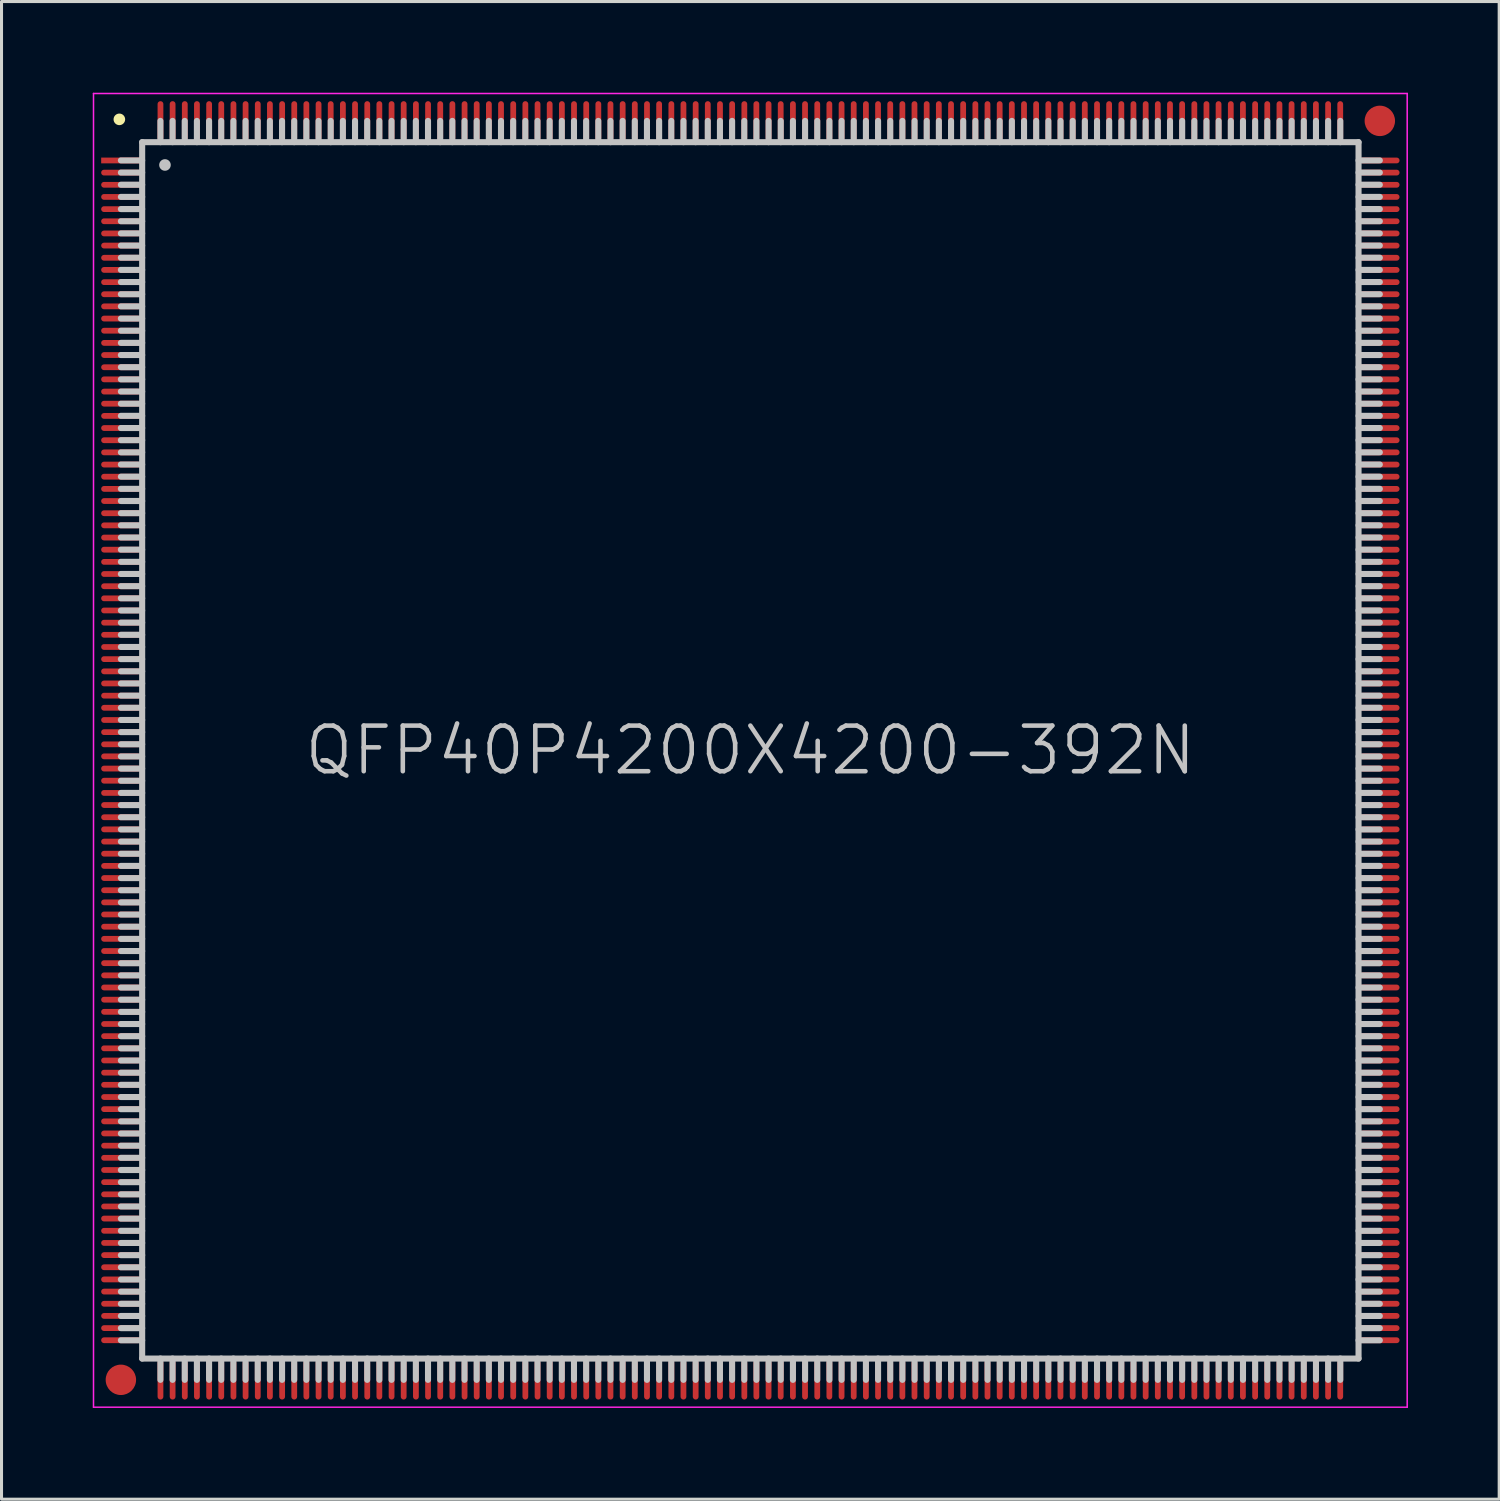
<source format=kicad_pcb>
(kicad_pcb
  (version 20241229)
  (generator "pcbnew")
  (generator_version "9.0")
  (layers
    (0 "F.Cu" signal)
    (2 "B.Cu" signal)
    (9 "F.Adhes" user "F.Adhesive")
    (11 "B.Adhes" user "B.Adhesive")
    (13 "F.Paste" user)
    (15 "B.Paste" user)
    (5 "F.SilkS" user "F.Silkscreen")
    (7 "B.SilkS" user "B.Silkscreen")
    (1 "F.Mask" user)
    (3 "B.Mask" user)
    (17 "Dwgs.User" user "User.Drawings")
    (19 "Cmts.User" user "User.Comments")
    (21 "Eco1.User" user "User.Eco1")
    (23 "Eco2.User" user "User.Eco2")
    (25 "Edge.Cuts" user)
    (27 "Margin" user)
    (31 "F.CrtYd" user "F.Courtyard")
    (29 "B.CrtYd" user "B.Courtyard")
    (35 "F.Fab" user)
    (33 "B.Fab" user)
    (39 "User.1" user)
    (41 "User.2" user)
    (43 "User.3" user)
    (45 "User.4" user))
  (footprint "QFP40P4200X4200-392N"
    (layer "F.Cu")
    (at 21.625 21.625)
    (property "Reference" "QFP40P4200X4200-392N" (at 0 0 0) (layer "Dwgs.User") (effects (font (size 1.5 1.5) (thickness 0.15))))
    (attr smd)
    (fp_line (start -20.75 -20.75) (end -20.75 -20.75) (stroke (width 0.381) (type solid)) (layer "F.SilkS"))
    (fp_line (start -20 -20) (end -20 20) (stroke (width 0.2) (type solid)) (layer "Dwgs.User"))
    (fp_line (start -20 -20) (end 20 -20) (stroke (width 0.2) (type solid)) (layer "Dwgs.User"))
    (fp_line (start -20 -19.4) (end -20.7 -19.4) (stroke (width 0.2) (type solid)) (layer "Dwgs.User"))
    (fp_line (start -20 -19) (end -20.7 -19) (stroke (width 0.2) (type solid)) (layer "Dwgs.User"))
    (fp_line (start -20 -18.6) (end -20.7 -18.6) (stroke (width 0.2) (type solid)) (layer "Dwgs.User"))
    (fp_line (start -20 -18.2) (end -20.7 -18.2) (stroke (width 0.2) (type solid)) (layer "Dwgs.User"))
    (fp_line (start -20 -17.8) (end -20.7 -17.8) (stroke (width 0.2) (type solid)) (layer "Dwgs.User"))
    (fp_line (start -20 -17.4) (end -20.7 -17.4) (stroke (width 0.2) (type solid)) (layer "Dwgs.User"))
    (fp_line (start -20 -17) (end -20.7 -17) (stroke (width 0.2) (type solid)) (layer "Dwgs.User"))
    (fp_line (start -20 -16.6) (end -20.7 -16.6) (stroke (width 0.2) (type solid)) (layer "Dwgs.User"))
    (fp_line (start -20 -16.2) (end -20.7 -16.2) (stroke (width 0.2) (type solid)) (layer "Dwgs.User"))
    (fp_line (start -20 -15.8) (end -20.7 -15.8) (stroke (width 0.2) (type solid)) (layer "Dwgs.User"))
    (fp_line (start -20 -15.4) (end -20.7 -15.4) (stroke (width 0.2) (type solid)) (layer "Dwgs.User"))
    (fp_line (start -20 -15) (end -20.7 -15) (stroke (width 0.2) (type solid)) (layer "Dwgs.User"))
    (fp_line (start -20 -14.6) (end -20.7 -14.6) (stroke (width 0.2) (type solid)) (layer "Dwgs.User"))
    (fp_line (start -20 -14.2) (end -20.7 -14.2) (stroke (width 0.2) (type solid)) (layer "Dwgs.User"))
    (fp_line (start -20 -13.8) (end -20.7 -13.8) (stroke (width 0.2) (type solid)) (layer "Dwgs.User"))
    (fp_line (start -20 -13.4) (end -20.7 -13.4) (stroke (width 0.2) (type solid)) (layer "Dwgs.User"))
    (fp_line (start -20 -13) (end -20.7 -13) (stroke (width 0.2) (type solid)) (layer "Dwgs.User"))
    (fp_line (start -20 -12.6) (end -20.7 -12.6) (stroke (width 0.2) (type solid)) (layer "Dwgs.User"))
    (fp_line (start -20 -12.2) (end -20.7 -12.2) (stroke (width 0.2) (type solid)) (layer "Dwgs.User"))
    (fp_line (start -20 -11.8) (end -20.7 -11.8) (stroke (width 0.2) (type solid)) (layer "Dwgs.User"))
    (fp_line (start -20 -11.4) (end -20.7 -11.4) (stroke (width 0.2) (type solid)) (layer "Dwgs.User"))
    (fp_line (start -20 -11) (end -20.7 -11) (stroke (width 0.2) (type solid)) (layer "Dwgs.User"))
    (fp_line (start -20 -10.6) (end -20.7 -10.6) (stroke (width 0.2) (type solid)) (layer "Dwgs.User"))
    (fp_line (start -20 -10.2) (end -20.7 -10.2) (stroke (width 0.2) (type solid)) (layer "Dwgs.User"))
    (fp_line (start -20 -9.8) (end -20.7 -9.8) (stroke (width 0.2) (type solid)) (layer "Dwgs.User"))
    (fp_line (start -20 -9.4) (end -20.7 -9.4) (stroke (width 0.2) (type solid)) (layer "Dwgs.User"))
    (fp_line (start -20 -9) (end -20.7 -9) (stroke (width 0.2) (type solid)) (layer "Dwgs.User"))
    (fp_line (start -20 -8.6) (end -20.7 -8.6) (stroke (width 0.2) (type solid)) (layer "Dwgs.User"))
    (fp_line (start -20 -8.2) (end -20.7 -8.2) (stroke (width 0.2) (type solid)) (layer "Dwgs.User"))
    (fp_line (start -20 -7.8) (end -20.7 -7.8) (stroke (width 0.2) (type solid)) (layer "Dwgs.User"))
    (fp_line (start -20 -7.4) (end -20.7 -7.4) (stroke (width 0.2) (type solid)) (layer "Dwgs.User"))
    (fp_line (start -20 -7) (end -20.7 -7) (stroke (width 0.2) (type solid)) (layer "Dwgs.User"))
    (fp_line (start -20 -6.6) (end -20.7 -6.6) (stroke (width 0.2) (type solid)) (layer "Dwgs.User"))
    (fp_line (start -20 -6.2) (end -20.7 -6.2) (stroke (width 0.2) (type solid)) (layer "Dwgs.User"))
    (fp_line (start -20 -5.8) (end -20.7 -5.8) (stroke (width 0.2) (type solid)) (layer "Dwgs.User"))
    (fp_line (start -20 -5.4) (end -20.7 -5.4) (stroke (width 0.2) (type solid)) (layer "Dwgs.User"))
    (fp_line (start -20 -5) (end -20.7 -5) (stroke (width 0.2) (type solid)) (layer "Dwgs.User"))
    (fp_line (start -20 -4.6) (end -20.7 -4.6) (stroke (width 0.2) (type solid)) (layer "Dwgs.User"))
    (fp_line (start -20 -4.2) (end -20.7 -4.2) (stroke (width 0.2) (type solid)) (layer "Dwgs.User"))
    (fp_line (start -20 -3.8) (end -20.7 -3.8) (stroke (width 0.2) (type solid)) (layer "Dwgs.User"))
    (fp_line (start -20 -3.4) (end -20.7 -3.4) (stroke (width 0.2) (type solid)) (layer "Dwgs.User"))
    (fp_line (start -20 -3) (end -20.7 -3) (stroke (width 0.2) (type solid)) (layer "Dwgs.User"))
    (fp_line (start -20 -2.6) (end -20.7 -2.6) (stroke (width 0.2) (type solid)) (layer "Dwgs.User"))
    (fp_line (start -20 -2.2) (end -20.7 -2.2) (stroke (width 0.2) (type solid)) (layer "Dwgs.User"))
    (fp_line (start -20 -1.8) (end -20.7 -1.8) (stroke (width 0.2) (type solid)) (layer "Dwgs.User"))
    (fp_line (start -20 -1.4) (end -20.7 -1.4) (stroke (width 0.2) (type solid)) (layer "Dwgs.User"))
    (fp_line (start -20 -1) (end -20.7 -1) (stroke (width 0.2) (type solid)) (layer "Dwgs.User"))
    (fp_line (start -20 -0.6) (end -20.7 -0.6) (stroke (width 0.2) (type solid)) (layer "Dwgs.User"))
    (fp_line (start -20 -0.2) (end -20.7 -0.2) (stroke (width 0.2) (type solid)) (layer "Dwgs.User"))
    (fp_line (start -20 0.2) (end -20.7 0.2) (stroke (width 0.2) (type solid)) (layer "Dwgs.User"))
    (fp_line (start -20 0.6) (end -20.7 0.6) (stroke (width 0.2) (type solid)) (layer "Dwgs.User"))
    (fp_line (start -20 1) (end -20.7 1) (stroke (width 0.2) (type solid)) (layer "Dwgs.User"))
    (fp_line (start -20 1.4) (end -20.7 1.4) (stroke (width 0.2) (type solid)) (layer "Dwgs.User"))
    (fp_line (start -20 1.8) (end -20.7 1.8) (stroke (width 0.2) (type solid)) (layer "Dwgs.User"))
    (fp_line (start -20 2.2) (end -20.7 2.2) (stroke (width 0.2) (type solid)) (layer "Dwgs.User"))
    (fp_line (start -20 2.6) (end -20.7 2.6) (stroke (width 0.2) (type solid)) (layer "Dwgs.User"))
    (fp_line (start -20 3) (end -20.7 3) (stroke (width 0.2) (type solid)) (layer "Dwgs.User"))
    (fp_line (start -20 3.4) (end -20.7 3.4) (stroke (width 0.2) (type solid)) (layer "Dwgs.User"))
    (fp_line (start -20 3.8) (end -20.7 3.8) (stroke (width 0.2) (type solid)) (layer "Dwgs.User"))
    (fp_line (start -20 4.2) (end -20.7 4.2) (stroke (width 0.2) (type solid)) (layer "Dwgs.User"))
    (fp_line (start -20 4.6) (end -20.7 4.6) (stroke (width 0.2) (type solid)) (layer "Dwgs.User"))
    (fp_line (start -20 5) (end -20.7 5) (stroke (width 0.2) (type solid)) (layer "Dwgs.User"))
    (fp_line (start -20 5.4) (end -20.7 5.4) (stroke (width 0.2) (type solid)) (layer "Dwgs.User"))
    (fp_line (start -20 5.8) (end -20.7 5.8) (stroke (width 0.2) (type solid)) (layer "Dwgs.User"))
    (fp_line (start -20 6.2) (end -20.7 6.2) (stroke (width 0.2) (type solid)) (layer "Dwgs.User"))
    (fp_line (start -20 6.6) (end -20.7 6.6) (stroke (width 0.2) (type solid)) (layer "Dwgs.User"))
    (fp_line (start -20 7) (end -20.7 7) (stroke (width 0.2) (type solid)) (layer "Dwgs.User"))
    (fp_line (start -20 7.4) (end -20.7 7.4) (stroke (width 0.2) (type solid)) (layer "Dwgs.User"))
    (fp_line (start -20 7.8) (end -20.7 7.8) (stroke (width 0.2) (type solid)) (layer "Dwgs.User"))
    (fp_line (start -20 8.2) (end -20.7 8.2) (stroke (width 0.2) (type solid)) (layer "Dwgs.User"))
    (fp_line (start -20 8.6) (end -20.7 8.6) (stroke (width 0.2) (type solid)) (layer "Dwgs.User"))
    (fp_line (start -20 9) (end -20.7 9) (stroke (width 0.2) (type solid)) (layer "Dwgs.User"))
    (fp_line (start -20 9.4) (end -20.7 9.4) (stroke (width 0.2) (type solid)) (layer "Dwgs.User"))
    (fp_line (start -20 9.8) (end -20.7 9.8) (stroke (width 0.2) (type solid)) (layer "Dwgs.User"))
    (fp_line (start -20 10.2) (end -20.7 10.2) (stroke (width 0.2) (type solid)) (layer "Dwgs.User"))
    (fp_line (start -20 10.6) (end -20.7 10.6) (stroke (width 0.2) (type solid)) (layer "Dwgs.User"))
    (fp_line (start -20 11) (end -20.7 11) (stroke (width 0.2) (type solid)) (layer "Dwgs.User"))
    (fp_line (start -20 11.4) (end -20.7 11.4) (stroke (width 0.2) (type solid)) (layer "Dwgs.User"))
    (fp_line (start -20 11.8) (end -20.7 11.8) (stroke (width 0.2) (type solid)) (layer "Dwgs.User"))
    (fp_line (start -20 12.2) (end -20.7 12.2) (stroke (width 0.2) (type solid)) (layer "Dwgs.User"))
    (fp_line (start -20 12.6) (end -20.7 12.6) (stroke (width 0.2) (type solid)) (layer "Dwgs.User"))
    (fp_line (start -20 13) (end -20.7 13) (stroke (width 0.2) (type solid)) (layer "Dwgs.User"))
    (fp_line (start -20 13.4) (end -20.7 13.4) (stroke (width 0.2) (type solid)) (layer "Dwgs.User"))
    (fp_line (start -20 13.8) (end -20.7 13.8) (stroke (width 0.2) (type solid)) (layer "Dwgs.User"))
    (fp_line (start -20 14.2) (end -20.7 14.2) (stroke (width 0.2) (type solid)) (layer "Dwgs.User"))
    (fp_line (start -20 14.6) (end -20.7 14.6) (stroke (width 0.2) (type solid)) (layer "Dwgs.User"))
    (fp_line (start -20 15) (end -20.7 15) (stroke (width 0.2) (type solid)) (layer "Dwgs.User"))
    (fp_line (start -20 15.4) (end -20.7 15.4) (stroke (width 0.2) (type solid)) (layer "Dwgs.User"))
    (fp_line (start -20 15.8) (end -20.7 15.8) (stroke (width 0.2) (type solid)) (layer "Dwgs.User"))
    (fp_line (start -20 16.2) (end -20.7 16.2) (stroke (width 0.2) (type solid)) (layer "Dwgs.User"))
    (fp_line (start -20 16.6) (end -20.7 16.6) (stroke (width 0.2) (type solid)) (layer "Dwgs.User"))
    (fp_line (start -20 17) (end -20.7 17) (stroke (width 0.2) (type solid)) (layer "Dwgs.User"))
    (fp_line (start -20 17.4) (end -20.7 17.4) (stroke (width 0.2) (type solid)) (layer "Dwgs.User"))
    (fp_line (start -20 17.8) (end -20.7 17.8) (stroke (width 0.2) (type solid)) (layer "Dwgs.User"))
    (fp_line (start -20 18.2) (end -20.7 18.2) (stroke (width 0.2) (type solid)) (layer "Dwgs.User"))
    (fp_line (start -20 18.6) (end -20.7 18.6) (stroke (width 0.2) (type solid)) (layer "Dwgs.User"))
    (fp_line (start -20 19) (end -20.7 19) (stroke (width 0.2) (type solid)) (layer "Dwgs.User"))
    (fp_line (start -20 19.4) (end -20.7 19.4) (stroke (width 0.2) (type solid)) (layer "Dwgs.User"))
    (fp_line (start -20 20) (end 20 20) (stroke (width 0.2) (type solid)) (layer "Dwgs.User"))
    (fp_line (start -19.4 -20) (end -19.4 -20.7) (stroke (width 0.2) (type solid)) (layer "Dwgs.User"))
    (fp_line (start -19.4 20.7) (end -19.4 20) (stroke (width 0.2) (type solid)) (layer "Dwgs.User"))
    (fp_line (start -19.25 -19.25) (end -19.25 -19.25) (stroke (width 0.381) (type solid)) (layer "Dwgs.User"))
    (fp_line (start -19 -20) (end -19 -20.7) (stroke (width 0.2) (type solid)) (layer "Dwgs.User"))
    (fp_line (start -19 20.7) (end -19 20) (stroke (width 0.2) (type solid)) (layer "Dwgs.User"))
    (fp_line (start -18.6 -20) (end -18.6 -20.7) (stroke (width 0.2) (type solid)) (layer "Dwgs.User"))
    (fp_line (start -18.6 20.7) (end -18.6 20) (stroke (width 0.2) (type solid)) (layer "Dwgs.User"))
    (fp_line (start -18.2 -20) (end -18.2 -20.7) (stroke (width 0.2) (type solid)) (layer "Dwgs.User"))
    (fp_line (start -18.2 20.7) (end -18.2 20) (stroke (width 0.2) (type solid)) (layer "Dwgs.User"))
    (fp_line (start -17.8 -20) (end -17.8 -20.7) (stroke (width 0.2) (type solid)) (layer "Dwgs.User"))
    (fp_line (start -17.8 20.7) (end -17.8 20) (stroke (width 0.2) (type solid)) (layer "Dwgs.User"))
    (fp_line (start -17.4 -20) (end -17.4 -20.7) (stroke (width 0.2) (type solid)) (layer "Dwgs.User"))
    (fp_line (start -17.4 20.7) (end -17.4 20) (stroke (width 0.2) (type solid)) (layer "Dwgs.User"))
    (fp_line (start -17 -20) (end -17 -20.7) (stroke (width 0.2) (type solid)) (layer "Dwgs.User"))
    (fp_line (start -17 20.7) (end -17 20) (stroke (width 0.2) (type solid)) (layer "Dwgs.User"))
    (fp_line (start -16.6 -20) (end -16.6 -20.7) (stroke (width 0.2) (type solid)) (layer "Dwgs.User"))
    (fp_line (start -16.6 20.7) (end -16.6 20) (stroke (width 0.2) (type solid)) (layer "Dwgs.User"))
    (fp_line (start -16.2 -20) (end -16.2 -20.7) (stroke (width 0.2) (type solid)) (layer "Dwgs.User"))
    (fp_line (start -16.2 20.7) (end -16.2 20) (stroke (width 0.2) (type solid)) (layer "Dwgs.User"))
    (fp_line (start -15.8 -20) (end -15.8 -20.7) (stroke (width 0.2) (type solid)) (layer "Dwgs.User"))
    (fp_line (start -15.8 20.7) (end -15.8 20) (stroke (width 0.2) (type solid)) (layer "Dwgs.User"))
    (fp_line (start -15.4 -20) (end -15.4 -20.7) (stroke (width 0.2) (type solid)) (layer "Dwgs.User"))
    (fp_line (start -15.4 20.7) (end -15.4 20) (stroke (width 0.2) (type solid)) (layer "Dwgs.User"))
    (fp_line (start -15 -20) (end -15 -20.7) (stroke (width 0.2) (type solid)) (layer "Dwgs.User"))
    (fp_line (start -15 20.7) (end -15 20) (stroke (width 0.2) (type solid)) (layer "Dwgs.User"))
    (fp_line (start -14.6 -20) (end -14.6 -20.7) (stroke (width 0.2) (type solid)) (layer "Dwgs.User"))
    (fp_line (start -14.6 20.7) (end -14.6 20) (stroke (width 0.2) (type solid)) (layer "Dwgs.User"))
    (fp_line (start -14.2 -20) (end -14.2 -20.7) (stroke (width 0.2) (type solid)) (layer "Dwgs.User"))
    (fp_line (start -14.2 20.7) (end -14.2 20) (stroke (width 0.2) (type solid)) (layer "Dwgs.User"))
    (fp_line (start -13.8 -20) (end -13.8 -20.7) (stroke (width 0.2) (type solid)) (layer "Dwgs.User"))
    (fp_line (start -13.8 20.7) (end -13.8 20) (stroke (width 0.2) (type solid)) (layer "Dwgs.User"))
    (fp_line (start -13.4 -20) (end -13.4 -20.7) (stroke (width 0.2) (type solid)) (layer "Dwgs.User"))
    (fp_line (start -13.4 20.7) (end -13.4 20) (stroke (width 0.2) (type solid)) (layer "Dwgs.User"))
    (fp_line (start -13 -20) (end -13 -20.7) (stroke (width 0.2) (type solid)) (layer "Dwgs.User"))
    (fp_line (start -13 20.7) (end -13 20) (stroke (width 0.2) (type solid)) (layer "Dwgs.User"))
    (fp_line (start -12.6 -20) (end -12.6 -20.7) (stroke (width 0.2) (type solid)) (layer "Dwgs.User"))
    (fp_line (start -12.6 20.7) (end -12.6 20) (stroke (width 0.2) (type solid)) (layer "Dwgs.User"))
    (fp_line (start -12.2 -20) (end -12.2 -20.7) (stroke (width 0.2) (type solid)) (layer "Dwgs.User"))
    (fp_line (start -12.2 20.7) (end -12.2 20) (stroke (width 0.2) (type solid)) (layer "Dwgs.User"))
    (fp_line (start -11.8 -20) (end -11.8 -20.7) (stroke (width 0.2) (type solid)) (layer "Dwgs.User"))
    (fp_line (start -11.8 20.7) (end -11.8 20) (stroke (width 0.2) (type solid)) (layer "Dwgs.User"))
    (fp_line (start -11.4 -20) (end -11.4 -20.7) (stroke (width 0.2) (type solid)) (layer "Dwgs.User"))
    (fp_line (start -11.4 20.7) (end -11.4 20) (stroke (width 0.2) (type solid)) (layer "Dwgs.User"))
    (fp_line (start -11 -20) (end -11 -20.7) (stroke (width 0.2) (type solid)) (layer "Dwgs.User"))
    (fp_line (start -11 20.7) (end -11 20) (stroke (width 0.2) (type solid)) (layer "Dwgs.User"))
    (fp_line (start -10.6 -20) (end -10.6 -20.7) (stroke (width 0.2) (type solid)) (layer "Dwgs.User"))
    (fp_line (start -10.6 20.7) (end -10.6 20) (stroke (width 0.2) (type solid)) (layer "Dwgs.User"))
    (fp_line (start -10.2 -20) (end -10.2 -20.7) (stroke (width 0.2) (type solid)) (layer "Dwgs.User"))
    (fp_line (start -10.2 20.7) (end -10.2 20) (stroke (width 0.2) (type solid)) (layer "Dwgs.User"))
    (fp_line (start -9.8 -20) (end -9.8 -20.7) (stroke (width 0.2) (type solid)) (layer "Dwgs.User"))
    (fp_line (start -9.8 20.7) (end -9.8 20) (stroke (width 0.2) (type solid)) (layer "Dwgs.User"))
    (fp_line (start -9.4 -20) (end -9.4 -20.7) (stroke (width 0.2) (type solid)) (layer "Dwgs.User"))
    (fp_line (start -9.4 20.7) (end -9.4 20) (stroke (width 0.2) (type solid)) (layer "Dwgs.User"))
    (fp_line (start -9 -20) (end -9 -20.7) (stroke (width 0.2) (type solid)) (layer "Dwgs.User"))
    (fp_line (start -9 20.7) (end -9 20) (stroke (width 0.2) (type solid)) (layer "Dwgs.User"))
    (fp_line (start -8.6 -20) (end -8.6 -20.7) (stroke (width 0.2) (type solid)) (layer "Dwgs.User"))
    (fp_line (start -8.6 20.7) (end -8.6 20) (stroke (width 0.2) (type solid)) (layer "Dwgs.User"))
    (fp_line (start -8.2 -20) (end -8.2 -20.7) (stroke (width 0.2) (type solid)) (layer "Dwgs.User"))
    (fp_line (start -8.2 20.7) (end -8.2 20) (stroke (width 0.2) (type solid)) (layer "Dwgs.User"))
    (fp_line (start -7.8 -20) (end -7.8 -20.7) (stroke (width 0.2) (type solid)) (layer "Dwgs.User"))
    (fp_line (start -7.8 20.7) (end -7.8 20) (stroke (width 0.2) (type solid)) (layer "Dwgs.User"))
    (fp_line (start -7.4 -20) (end -7.4 -20.7) (stroke (width 0.2) (type solid)) (layer "Dwgs.User"))
    (fp_line (start -7.4 20.7) (end -7.4 20) (stroke (width 0.2) (type solid)) (layer "Dwgs.User"))
    (fp_line (start -7 -20) (end -7 -20.7) (stroke (width 0.2) (type solid)) (layer "Dwgs.User"))
    (fp_line (start -7 20.7) (end -7 20) (stroke (width 0.2) (type solid)) (layer "Dwgs.User"))
    (fp_line (start -6.6 -20) (end -6.6 -20.7) (stroke (width 0.2) (type solid)) (layer "Dwgs.User"))
    (fp_line (start -6.6 20.7) (end -6.6 20) (stroke (width 0.2) (type solid)) (layer "Dwgs.User"))
    (fp_line (start -6.2 -20) (end -6.2 -20.7) (stroke (width 0.2) (type solid)) (layer "Dwgs.User"))
    (fp_line (start -6.2 20.7) (end -6.2 20) (stroke (width 0.2) (type solid)) (layer "Dwgs.User"))
    (fp_line (start -5.8 -20) (end -5.8 -20.7) (stroke (width 0.2) (type solid)) (layer "Dwgs.User"))
    (fp_line (start -5.8 20.7) (end -5.8 20) (stroke (width 0.2) (type solid)) (layer "Dwgs.User"))
    (fp_line (start -5.4 -20) (end -5.4 -20.7) (stroke (width 0.2) (type solid)) (layer "Dwgs.User"))
    (fp_line (start -5.4 20.7) (end -5.4 20) (stroke (width 0.2) (type solid)) (layer "Dwgs.User"))
    (fp_line (start -5 -20) (end -5 -20.7) (stroke (width 0.2) (type solid)) (layer "Dwgs.User"))
    (fp_line (start -5 20.7) (end -5 20) (stroke (width 0.2) (type solid)) (layer "Dwgs.User"))
    (fp_line (start -4.6 -20) (end -4.6 -20.7) (stroke (width 0.2) (type solid)) (layer "Dwgs.User"))
    (fp_line (start -4.6 20.7) (end -4.6 20) (stroke (width 0.2) (type solid)) (layer "Dwgs.User"))
    (fp_line (start -4.2 -20) (end -4.2 -20.7) (stroke (width 0.2) (type solid)) (layer "Dwgs.User"))
    (fp_line (start -4.2 20.7) (end -4.2 20) (stroke (width 0.2) (type solid)) (layer "Dwgs.User"))
    (fp_line (start -3.8 -20) (end -3.8 -20.7) (stroke (width 0.2) (type solid)) (layer "Dwgs.User"))
    (fp_line (start -3.8 20.7) (end -3.8 20) (stroke (width 0.2) (type solid)) (layer "Dwgs.User"))
    (fp_line (start -3.4 -20) (end -3.4 -20.7) (stroke (width 0.2) (type solid)) (layer "Dwgs.User"))
    (fp_line (start -3.4 20.7) (end -3.4 20) (stroke (width 0.2) (type solid)) (layer "Dwgs.User"))
    (fp_line (start -3 -20) (end -3 -20.7) (stroke (width 0.2) (type solid)) (layer "Dwgs.User"))
    (fp_line (start -3 20.7) (end -3 20) (stroke (width 0.2) (type solid)) (layer "Dwgs.User"))
    (fp_line (start -2.6 -20) (end -2.6 -20.7) (stroke (width 0.2) (type solid)) (layer "Dwgs.User"))
    (fp_line (start -2.6 20.7) (end -2.6 20) (stroke (width 0.2) (type solid)) (layer "Dwgs.User"))
    (fp_line (start -2.2 -20) (end -2.2 -20.7) (stroke (width 0.2) (type solid)) (layer "Dwgs.User"))
    (fp_line (start -2.2 20.7) (end -2.2 20) (stroke (width 0.2) (type solid)) (layer "Dwgs.User"))
    (fp_line (start -1.8 -20) (end -1.8 -20.7) (stroke (width 0.2) (type solid)) (layer "Dwgs.User"))
    (fp_line (start -1.8 20.7) (end -1.8 20) (stroke (width 0.2) (type solid)) (layer "Dwgs.User"))
    (fp_line (start -1.4 -20) (end -1.4 -20.7) (stroke (width 0.2) (type solid)) (layer "Dwgs.User"))
    (fp_line (start -1.4 20.7) (end -1.4 20) (stroke (width 0.2) (type solid)) (layer "Dwgs.User"))
    (fp_line (start -1 -20) (end -1 -20.7) (stroke (width 0.2) (type solid)) (layer "Dwgs.User"))
    (fp_line (start -1 20.7) (end -1 20) (stroke (width 0.2) (type solid)) (layer "Dwgs.User"))
    (fp_line (start -0.6 -20) (end -0.6 -20.7) (stroke (width 0.2) (type solid)) (layer "Dwgs.User"))
    (fp_line (start -0.6 20.7) (end -0.6 20) (stroke (width 0.2) (type solid)) (layer "Dwgs.User"))
    (fp_line (start -0.2 -20) (end -0.2 -20.7) (stroke (width 0.2) (type solid)) (layer "Dwgs.User"))
    (fp_line (start -0.2 20.7) (end -0.2 20) (stroke (width 0.2) (type solid)) (layer "Dwgs.User"))
    (fp_line (start 0.2 -20) (end 0.2 -20.7) (stroke (width 0.2) (type solid)) (layer "Dwgs.User"))
    (fp_line (start 0.2 20.7) (end 0.2 20) (stroke (width 0.2) (type solid)) (layer "Dwgs.User"))
    (fp_line (start 0.6 -20) (end 0.6 -20.7) (stroke (width 0.2) (type solid)) (layer "Dwgs.User"))
    (fp_line (start 0.6 20.7) (end 0.6 20) (stroke (width 0.2) (type solid)) (layer "Dwgs.User"))
    (fp_line (start 1 -20) (end 1 -20.7) (stroke (width 0.2) (type solid)) (layer "Dwgs.User"))
    (fp_line (start 1 20.7) (end 1 20) (stroke (width 0.2) (type solid)) (layer "Dwgs.User"))
    (fp_line (start 1.4 -20) (end 1.4 -20.7) (stroke (width 0.2) (type solid)) (layer "Dwgs.User"))
    (fp_line (start 1.4 20.7) (end 1.4 20) (stroke (width 0.2) (type solid)) (layer "Dwgs.User"))
    (fp_line (start 1.8 -20) (end 1.8 -20.7) (stroke (width 0.2) (type solid)) (layer "Dwgs.User"))
    (fp_line (start 1.8 20.7) (end 1.8 20) (stroke (width 0.2) (type solid)) (layer "Dwgs.User"))
    (fp_line (start 2.2 -20) (end 2.2 -20.7) (stroke (width 0.2) (type solid)) (layer "Dwgs.User"))
    (fp_line (start 2.2 20.7) (end 2.2 20) (stroke (width 0.2) (type solid)) (layer "Dwgs.User"))
    (fp_line (start 2.6 -20) (end 2.6 -20.7) (stroke (width 0.2) (type solid)) (layer "Dwgs.User"))
    (fp_line (start 2.6 20.7) (end 2.6 20) (stroke (width 0.2) (type solid)) (layer "Dwgs.User"))
    (fp_line (start 3 -20) (end 3 -20.7) (stroke (width 0.2) (type solid)) (layer "Dwgs.User"))
    (fp_line (start 3 20.7) (end 3 20) (stroke (width 0.2) (type solid)) (layer "Dwgs.User"))
    (fp_line (start 3.4 -20) (end 3.4 -20.7) (stroke (width 0.2) (type solid)) (layer "Dwgs.User"))
    (fp_line (start 3.4 20.7) (end 3.4 20) (stroke (width 0.2) (type solid)) (layer "Dwgs.User"))
    (fp_line (start 3.8 -20) (end 3.8 -20.7) (stroke (width 0.2) (type solid)) (layer "Dwgs.User"))
    (fp_line (start 3.8 20.7) (end 3.8 20) (stroke (width 0.2) (type solid)) (layer "Dwgs.User"))
    (fp_line (start 4.2 -20) (end 4.2 -20.7) (stroke (width 0.2) (type solid)) (layer "Dwgs.User"))
    (fp_line (start 4.2 20.7) (end 4.2 20) (stroke (width 0.2) (type solid)) (layer "Dwgs.User"))
    (fp_line (start 4.6 -20) (end 4.6 -20.7) (stroke (width 0.2) (type solid)) (layer "Dwgs.User"))
    (fp_line (start 4.6 20.7) (end 4.6 20) (stroke (width 0.2) (type solid)) (layer "Dwgs.User"))
    (fp_line (start 5 -20) (end 5 -20.7) (stroke (width 0.2) (type solid)) (layer "Dwgs.User"))
    (fp_line (start 5 20.7) (end 5 20) (stroke (width 0.2) (type solid)) (layer "Dwgs.User"))
    (fp_line (start 5.4 -20) (end 5.4 -20.7) (stroke (width 0.2) (type solid)) (layer "Dwgs.User"))
    (fp_line (start 5.4 20.7) (end 5.4 20) (stroke (width 0.2) (type solid)) (layer "Dwgs.User"))
    (fp_line (start 5.8 -20) (end 5.8 -20.7) (stroke (width 0.2) (type solid)) (layer "Dwgs.User"))
    (fp_line (start 5.8 20.7) (end 5.8 20) (stroke (width 0.2) (type solid)) (layer "Dwgs.User"))
    (fp_line (start 6.2 -20) (end 6.2 -20.7) (stroke (width 0.2) (type solid)) (layer "Dwgs.User"))
    (fp_line (start 6.2 20.7) (end 6.2 20) (stroke (width 0.2) (type solid)) (layer "Dwgs.User"))
    (fp_line (start 6.6 -20) (end 6.6 -20.7) (stroke (width 0.2) (type solid)) (layer "Dwgs.User"))
    (fp_line (start 6.6 20.7) (end 6.6 20) (stroke (width 0.2) (type solid)) (layer "Dwgs.User"))
    (fp_line (start 7 -20) (end 7 -20.7) (stroke (width 0.2) (type solid)) (layer "Dwgs.User"))
    (fp_line (start 7 20.7) (end 7 20) (stroke (width 0.2) (type solid)) (layer "Dwgs.User"))
    (fp_line (start 7.4 -20) (end 7.4 -20.7) (stroke (width 0.2) (type solid)) (layer "Dwgs.User"))
    (fp_line (start 7.4 20.7) (end 7.4 20) (stroke (width 0.2) (type solid)) (layer "Dwgs.User"))
    (fp_line (start 7.8 -20) (end 7.8 -20.7) (stroke (width 0.2) (type solid)) (layer "Dwgs.User"))
    (fp_line (start 7.8 20.7) (end 7.8 20) (stroke (width 0.2) (type solid)) (layer "Dwgs.User"))
    (fp_line (start 8.2 -20) (end 8.2 -20.7) (stroke (width 0.2) (type solid)) (layer "Dwgs.User"))
    (fp_line (start 8.2 20.7) (end 8.2 20) (stroke (width 0.2) (type solid)) (layer "Dwgs.User"))
    (fp_line (start 8.6 -20) (end 8.6 -20.7) (stroke (width 0.2) (type solid)) (layer "Dwgs.User"))
    (fp_line (start 8.6 20.7) (end 8.6 20) (stroke (width 0.2) (type solid)) (layer "Dwgs.User"))
    (fp_line (start 9 -20) (end 9 -20.7) (stroke (width 0.2) (type solid)) (layer "Dwgs.User"))
    (fp_line (start 9 20.7) (end 9 20) (stroke (width 0.2) (type solid)) (layer "Dwgs.User"))
    (fp_line (start 9.4 -20) (end 9.4 -20.7) (stroke (width 0.2) (type solid)) (layer "Dwgs.User"))
    (fp_line (start 9.4 20.7) (end 9.4 20) (stroke (width 0.2) (type solid)) (layer "Dwgs.User"))
    (fp_line (start 9.8 -20) (end 9.8 -20.7) (stroke (width 0.2) (type solid)) (layer "Dwgs.User"))
    (fp_line (start 9.8 20.7) (end 9.8 20) (stroke (width 0.2) (type solid)) (layer "Dwgs.User"))
    (fp_line (start 10.2 -20) (end 10.2 -20.7) (stroke (width 0.2) (type solid)) (layer "Dwgs.User"))
    (fp_line (start 10.2 20.7) (end 10.2 20) (stroke (width 0.2) (type solid)) (layer "Dwgs.User"))
    (fp_line (start 10.6 -20) (end 10.6 -20.7) (stroke (width 0.2) (type solid)) (layer "Dwgs.User"))
    (fp_line (start 10.6 20.7) (end 10.6 20) (stroke (width 0.2) (type solid)) (layer "Dwgs.User"))
    (fp_line (start 11 -20) (end 11 -20.7) (stroke (width 0.2) (type solid)) (layer "Dwgs.User"))
    (fp_line (start 11 20.7) (end 11 20) (stroke (width 0.2) (type solid)) (layer "Dwgs.User"))
    (fp_line (start 11.4 -20) (end 11.4 -20.7) (stroke (width 0.2) (type solid)) (layer "Dwgs.User"))
    (fp_line (start 11.4 20.7) (end 11.4 20) (stroke (width 0.2) (type solid)) (layer "Dwgs.User"))
    (fp_line (start 11.8 -20) (end 11.8 -20.7) (stroke (width 0.2) (type solid)) (layer "Dwgs.User"))
    (fp_line (start 11.8 20.7) (end 11.8 20) (stroke (width 0.2) (type solid)) (layer "Dwgs.User"))
    (fp_line (start 12.2 -20) (end 12.2 -20.7) (stroke (width 0.2) (type solid)) (layer "Dwgs.User"))
    (fp_line (start 12.2 20.7) (end 12.2 20) (stroke (width 0.2) (type solid)) (layer "Dwgs.User"))
    (fp_line (start 12.6 -20) (end 12.6 -20.7) (stroke (width 0.2) (type solid)) (layer "Dwgs.User"))
    (fp_line (start 12.6 20.7) (end 12.6 20) (stroke (width 0.2) (type solid)) (layer "Dwgs.User"))
    (fp_line (start 13 -20) (end 13 -20.7) (stroke (width 0.2) (type solid)) (layer "Dwgs.User"))
    (fp_line (start 13 20.7) (end 13 20) (stroke (width 0.2) (type solid)) (layer "Dwgs.User"))
    (fp_line (start 13.4 -20) (end 13.4 -20.7) (stroke (width 0.2) (type solid)) (layer "Dwgs.User"))
    (fp_line (start 13.4 20.7) (end 13.4 20) (stroke (width 0.2) (type solid)) (layer "Dwgs.User"))
    (fp_line (start 13.8 -20) (end 13.8 -20.7) (stroke (width 0.2) (type solid)) (layer "Dwgs.User"))
    (fp_line (start 13.8 20.7) (end 13.8 20) (stroke (width 0.2) (type solid)) (layer "Dwgs.User"))
    (fp_line (start 14.2 -20) (end 14.2 -20.7) (stroke (width 0.2) (type solid)) (layer "Dwgs.User"))
    (fp_line (start 14.2 20.7) (end 14.2 20) (stroke (width 0.2) (type solid)) (layer "Dwgs.User"))
    (fp_line (start 14.6 -20) (end 14.6 -20.7) (stroke (width 0.2) (type solid)) (layer "Dwgs.User"))
    (fp_line (start 14.6 20.7) (end 14.6 20) (stroke (width 0.2) (type solid)) (layer "Dwgs.User"))
    (fp_line (start 15 -20) (end 15 -20.7) (stroke (width 0.2) (type solid)) (layer "Dwgs.User"))
    (fp_line (start 15 20.7) (end 15 20) (stroke (width 0.2) (type solid)) (layer "Dwgs.User"))
    (fp_line (start 15.4 -20) (end 15.4 -20.7) (stroke (width 0.2) (type solid)) (layer "Dwgs.User"))
    (fp_line (start 15.4 20.7) (end 15.4 20) (stroke (width 0.2) (type solid)) (layer "Dwgs.User"))
    (fp_line (start 15.8 -20) (end 15.8 -20.7) (stroke (width 0.2) (type solid)) (layer "Dwgs.User"))
    (fp_line (start 15.8 20.7) (end 15.8 20) (stroke (width 0.2) (type solid)) (layer "Dwgs.User"))
    (fp_line (start 16.2 -20) (end 16.2 -20.7) (stroke (width 0.2) (type solid)) (layer "Dwgs.User"))
    (fp_line (start 16.2 20.7) (end 16.2 20) (stroke (width 0.2) (type solid)) (layer "Dwgs.User"))
    (fp_line (start 16.6 -20) (end 16.6 -20.7) (stroke (width 0.2) (type solid)) (layer "Dwgs.User"))
    (fp_line (start 16.6 20.7) (end 16.6 20) (stroke (width 0.2) (type solid)) (layer "Dwgs.User"))
    (fp_line (start 17 -20) (end 17 -20.7) (stroke (width 0.2) (type solid)) (layer "Dwgs.User"))
    (fp_line (start 17 20.7) (end 17 20) (stroke (width 0.2) (type solid)) (layer "Dwgs.User"))
    (fp_line (start 17.4 -20) (end 17.4 -20.7) (stroke (width 0.2) (type solid)) (layer "Dwgs.User"))
    (fp_line (start 17.4 20.7) (end 17.4 20) (stroke (width 0.2) (type solid)) (layer "Dwgs.User"))
    (fp_line (start 17.8 -20) (end 17.8 -20.7) (stroke (width 0.2) (type solid)) (layer "Dwgs.User"))
    (fp_line (start 17.8 20.7) (end 17.8 20) (stroke (width 0.2) (type solid)) (layer "Dwgs.User"))
    (fp_line (start 18.2 -20) (end 18.2 -20.7) (stroke (width 0.2) (type solid)) (layer "Dwgs.User"))
    (fp_line (start 18.2 20.7) (end 18.2 20) (stroke (width 0.2) (type solid)) (layer "Dwgs.User"))
    (fp_line (start 18.6 -20) (end 18.6 -20.7) (stroke (width 0.2) (type solid)) (layer "Dwgs.User"))
    (fp_line (start 18.6 20.7) (end 18.6 20) (stroke (width 0.2) (type solid)) (layer "Dwgs.User"))
    (fp_line (start 19 -20) (end 19 -20.7) (stroke (width 0.2) (type solid)) (layer "Dwgs.User"))
    (fp_line (start 19 20.7) (end 19 20) (stroke (width 0.2) (type solid)) (layer "Dwgs.User"))
    (fp_line (start 19.4 -20) (end 19.4 -20.7) (stroke (width 0.2) (type solid)) (layer "Dwgs.User"))
    (fp_line (start 19.4 20.7) (end 19.4 20) (stroke (width 0.2) (type solid)) (layer "Dwgs.User"))
    (fp_line (start 20 -20) (end 20 20) (stroke (width 0.2) (type solid)) (layer "Dwgs.User"))
    (fp_line (start 20.7 -19.4) (end 20 -19.4) (stroke (width 0.2) (type solid)) (layer "Dwgs.User"))
    (fp_line (start 20.7 -19) (end 20 -19) (stroke (width 0.2) (type solid)) (layer "Dwgs.User"))
    (fp_line (start 20.7 -18.6) (end 20 -18.6) (stroke (width 0.2) (type solid)) (layer "Dwgs.User"))
    (fp_line (start 20.7 -18.2) (end 20 -18.2) (stroke (width 0.2) (type solid)) (layer "Dwgs.User"))
    (fp_line (start 20.7 -17.8) (end 20 -17.8) (stroke (width 0.2) (type solid)) (layer "Dwgs.User"))
    (fp_line (start 20.7 -17.4) (end 20 -17.4) (stroke (width 0.2) (type solid)) (layer "Dwgs.User"))
    (fp_line (start 20.7 -17) (end 20 -17) (stroke (width 0.2) (type solid)) (layer "Dwgs.User"))
    (fp_line (start 20.7 -16.6) (end 20 -16.6) (stroke (width 0.2) (type solid)) (layer "Dwgs.User"))
    (fp_line (start 20.7 -16.2) (end 20 -16.2) (stroke (width 0.2) (type solid)) (layer "Dwgs.User"))
    (fp_line (start 20.7 -15.8) (end 20 -15.8) (stroke (width 0.2) (type solid)) (layer "Dwgs.User"))
    (fp_line (start 20.7 -15.4) (end 20 -15.4) (stroke (width 0.2) (type solid)) (layer "Dwgs.User"))
    (fp_line (start 20.7 -15) (end 20 -15) (stroke (width 0.2) (type solid)) (layer "Dwgs.User"))
    (fp_line (start 20.7 -14.6) (end 20 -14.6) (stroke (width 0.2) (type solid)) (layer "Dwgs.User"))
    (fp_line (start 20.7 -14.2) (end 20 -14.2) (stroke (width 0.2) (type solid)) (layer "Dwgs.User"))
    (fp_line (start 20.7 -13.8) (end 20 -13.8) (stroke (width 0.2) (type solid)) (layer "Dwgs.User"))
    (fp_line (start 20.7 -13.4) (end 20 -13.4) (stroke (width 0.2) (type solid)) (layer "Dwgs.User"))
    (fp_line (start 20.7 -13) (end 20 -13) (stroke (width 0.2) (type solid)) (layer "Dwgs.User"))
    (fp_line (start 20.7 -12.6) (end 20 -12.6) (stroke (width 0.2) (type solid)) (layer "Dwgs.User"))
    (fp_line (start 20.7 -12.2) (end 20 -12.2) (stroke (width 0.2) (type solid)) (layer "Dwgs.User"))
    (fp_line (start 20.7 -11.8) (end 20 -11.8) (stroke (width 0.2) (type solid)) (layer "Dwgs.User"))
    (fp_line (start 20.7 -11.4) (end 20 -11.4) (stroke (width 0.2) (type solid)) (layer "Dwgs.User"))
    (fp_line (start 20.7 -11) (end 20 -11) (stroke (width 0.2) (type solid)) (layer "Dwgs.User"))
    (fp_line (start 20.7 -10.6) (end 20 -10.6) (stroke (width 0.2) (type solid)) (layer "Dwgs.User"))
    (fp_line (start 20.7 -10.2) (end 20 -10.2) (stroke (width 0.2) (type solid)) (layer "Dwgs.User"))
    (fp_line (start 20.7 -9.8) (end 20 -9.8) (stroke (width 0.2) (type solid)) (layer "Dwgs.User"))
    (fp_line (start 20.7 -9.4) (end 20 -9.4) (stroke (width 0.2) (type solid)) (layer "Dwgs.User"))
    (fp_line (start 20.7 -9) (end 20 -9) (stroke (width 0.2) (type solid)) (layer "Dwgs.User"))
    (fp_line (start 20.7 -8.6) (end 20 -8.6) (stroke (width 0.2) (type solid)) (layer "Dwgs.User"))
    (fp_line (start 20.7 -8.2) (end 20 -8.2) (stroke (width 0.2) (type solid)) (layer "Dwgs.User"))
    (fp_line (start 20.7 -7.8) (end 20 -7.8) (stroke (width 0.2) (type solid)) (layer "Dwgs.User"))
    (fp_line (start 20.7 -7.4) (end 20 -7.4) (stroke (width 0.2) (type solid)) (layer "Dwgs.User"))
    (fp_line (start 20.7 -7) (end 20 -7) (stroke (width 0.2) (type solid)) (layer "Dwgs.User"))
    (fp_line (start 20.7 -6.6) (end 20 -6.6) (stroke (width 0.2) (type solid)) (layer "Dwgs.User"))
    (fp_line (start 20.7 -6.2) (end 20 -6.2) (stroke (width 0.2) (type solid)) (layer "Dwgs.User"))
    (fp_line (start 20.7 -5.8) (end 20 -5.8) (stroke (width 0.2) (type solid)) (layer "Dwgs.User"))
    (fp_line (start 20.7 -5.4) (end 20 -5.4) (stroke (width 0.2) (type solid)) (layer "Dwgs.User"))
    (fp_line (start 20.7 -5) (end 20 -5) (stroke (width 0.2) (type solid)) (layer "Dwgs.User"))
    (fp_line (start 20.7 -4.6) (end 20 -4.6) (stroke (width 0.2) (type solid)) (layer "Dwgs.User"))
    (fp_line (start 20.7 -4.2) (end 20 -4.2) (stroke (width 0.2) (type solid)) (layer "Dwgs.User"))
    (fp_line (start 20.7 -3.8) (end 20 -3.8) (stroke (width 0.2) (type solid)) (layer "Dwgs.User"))
    (fp_line (start 20.7 -3.4) (end 20 -3.4) (stroke (width 0.2) (type solid)) (layer "Dwgs.User"))
    (fp_line (start 20.7 -3) (end 20 -3) (stroke (width 0.2) (type solid)) (layer "Dwgs.User"))
    (fp_line (start 20.7 -2.6) (end 20 -2.6) (stroke (width 0.2) (type solid)) (layer "Dwgs.User"))
    (fp_line (start 20.7 -2.2) (end 20 -2.2) (stroke (width 0.2) (type solid)) (layer "Dwgs.User"))
    (fp_line (start 20.7 -1.8) (end 20 -1.8) (stroke (width 0.2) (type solid)) (layer "Dwgs.User"))
    (fp_line (start 20.7 -1.4) (end 20 -1.4) (stroke (width 0.2) (type solid)) (layer "Dwgs.User"))
    (fp_line (start 20.7 -1) (end 20 -1) (stroke (width 0.2) (type solid)) (layer "Dwgs.User"))
    (fp_line (start 20.7 -0.6) (end 20 -0.6) (stroke (width 0.2) (type solid)) (layer "Dwgs.User"))
    (fp_line (start 20.7 -0.2) (end 20 -0.2) (stroke (width 0.2) (type solid)) (layer "Dwgs.User"))
    (fp_line (start 20.7 0.2) (end 20 0.2) (stroke (width 0.2) (type solid)) (layer "Dwgs.User"))
    (fp_line (start 20.7 0.6) (end 20 0.6) (stroke (width 0.2) (type solid)) (layer "Dwgs.User"))
    (fp_line (start 20.7 1) (end 20 1) (stroke (width 0.2) (type solid)) (layer "Dwgs.User"))
    (fp_line (start 20.7 1.4) (end 20 1.4) (stroke (width 0.2) (type solid)) (layer "Dwgs.User"))
    (fp_line (start 20.7 1.8) (end 20 1.8) (stroke (width 0.2) (type solid)) (layer "Dwgs.User"))
    (fp_line (start 20.7 2.2) (end 20 2.2) (stroke (width 0.2) (type solid)) (layer "Dwgs.User"))
    (fp_line (start 20.7 2.6) (end 20 2.6) (stroke (width 0.2) (type solid)) (layer "Dwgs.User"))
    (fp_line (start 20.7 3) (end 20 3) (stroke (width 0.2) (type solid)) (layer "Dwgs.User"))
    (fp_line (start 20.7 3.4) (end 20 3.4) (stroke (width 0.2) (type solid)) (layer "Dwgs.User"))
    (fp_line (start 20.7 3.8) (end 20 3.8) (stroke (width 0.2) (type solid)) (layer "Dwgs.User"))
    (fp_line (start 20.7 4.2) (end 20 4.2) (stroke (width 0.2) (type solid)) (layer "Dwgs.User"))
    (fp_line (start 20.7 4.6) (end 20 4.6) (stroke (width 0.2) (type solid)) (layer "Dwgs.User"))
    (fp_line (start 20.7 5) (end 20 5) (stroke (width 0.2) (type solid)) (layer "Dwgs.User"))
    (fp_line (start 20.7 5.4) (end 20 5.4) (stroke (width 0.2) (type solid)) (layer "Dwgs.User"))
    (fp_line (start 20.7 5.8) (end 20 5.8) (stroke (width 0.2) (type solid)) (layer "Dwgs.User"))
    (fp_line (start 20.7 6.2) (end 20 6.2) (stroke (width 0.2) (type solid)) (layer "Dwgs.User"))
    (fp_line (start 20.7 6.6) (end 20 6.6) (stroke (width 0.2) (type solid)) (layer "Dwgs.User"))
    (fp_line (start 20.7 7) (end 20 7) (stroke (width 0.2) (type solid)) (layer "Dwgs.User"))
    (fp_line (start 20.7 7.4) (end 20 7.4) (stroke (width 0.2) (type solid)) (layer "Dwgs.User"))
    (fp_line (start 20.7 7.8) (end 20 7.8) (stroke (width 0.2) (type solid)) (layer "Dwgs.User"))
    (fp_line (start 20.7 8.2) (end 20 8.2) (stroke (width 0.2) (type solid)) (layer "Dwgs.User"))
    (fp_line (start 20.7 8.6) (end 20 8.6) (stroke (width 0.2) (type solid)) (layer "Dwgs.User"))
    (fp_line (start 20.7 9) (end 20 9) (stroke (width 0.2) (type solid)) (layer "Dwgs.User"))
    (fp_line (start 20.7 9.4) (end 20 9.4) (stroke (width 0.2) (type solid)) (layer "Dwgs.User"))
    (fp_line (start 20.7 9.8) (end 20 9.8) (stroke (width 0.2) (type solid)) (layer "Dwgs.User"))
    (fp_line (start 20.7 10.2) (end 20 10.2) (stroke (width 0.2) (type solid)) (layer "Dwgs.User"))
    (fp_line (start 20.7 10.6) (end 20 10.6) (stroke (width 0.2) (type solid)) (layer "Dwgs.User"))
    (fp_line (start 20.7 11) (end 20 11) (stroke (width 0.2) (type solid)) (layer "Dwgs.User"))
    (fp_line (start 20.7 11.4) (end 20 11.4) (stroke (width 0.2) (type solid)) (layer "Dwgs.User"))
    (fp_line (start 20.7 11.8) (end 20 11.8) (stroke (width 0.2) (type solid)) (layer "Dwgs.User"))
    (fp_line (start 20.7 12.2) (end 20 12.2) (stroke (width 0.2) (type solid)) (layer "Dwgs.User"))
    (fp_line (start 20.7 12.6) (end 20 12.6) (stroke (width 0.2) (type solid)) (layer "Dwgs.User"))
    (fp_line (start 20.7 13) (end 20 13) (stroke (width 0.2) (type solid)) (layer "Dwgs.User"))
    (fp_line (start 20.7 13.4) (end 20 13.4) (stroke (width 0.2) (type solid)) (layer "Dwgs.User"))
    (fp_line (start 20.7 13.8) (end 20 13.8) (stroke (width 0.2) (type solid)) (layer "Dwgs.User"))
    (fp_line (start 20.7 14.2) (end 20 14.2) (stroke (width 0.2) (type solid)) (layer "Dwgs.User"))
    (fp_line (start 20.7 14.6) (end 20 14.6) (stroke (width 0.2) (type solid)) (layer "Dwgs.User"))
    (fp_line (start 20.7 15) (end 20 15) (stroke (width 0.2) (type solid)) (layer "Dwgs.User"))
    (fp_line (start 20.7 15.4) (end 20 15.4) (stroke (width 0.2) (type solid)) (layer "Dwgs.User"))
    (fp_line (start 20.7 15.8) (end 20 15.8) (stroke (width 0.2) (type solid)) (layer "Dwgs.User"))
    (fp_line (start 20.7 16.2) (end 20 16.2) (stroke (width 0.2) (type solid)) (layer "Dwgs.User"))
    (fp_line (start 20.7 16.6) (end 20 16.6) (stroke (width 0.2) (type solid)) (layer "Dwgs.User"))
    (fp_line (start 20.7 17) (end 20 17) (stroke (width 0.2) (type solid)) (layer "Dwgs.User"))
    (fp_line (start 20.7 17.4) (end 20 17.4) (stroke (width 0.2) (type solid)) (layer "Dwgs.User"))
    (fp_line (start 20.7 17.8) (end 20 17.8) (stroke (width 0.2) (type solid)) (layer "Dwgs.User"))
    (fp_line (start 20.7 18.2) (end 20 18.2) (stroke (width 0.2) (type solid)) (layer "Dwgs.User"))
    (fp_line (start 20.7 18.6) (end 20 18.6) (stroke (width 0.2) (type solid)) (layer "Dwgs.User"))
    (fp_line (start 20.7 19) (end 20 19) (stroke (width 0.2) (type solid)) (layer "Dwgs.User"))
    (fp_line (start 20.7 19.4) (end 20 19.4) (stroke (width 0.2) (type solid)) (layer "Dwgs.User"))
    (fp_line (start -21.6 -21.6) (end -21.6 21.6) (stroke (width 0.05) (type solid)) (layer "F.CrtYd"))
    (fp_line (start -21.6 -21.6) (end 21.6 -21.6) (stroke (width 0.05) (type solid)) (layer "F.CrtYd"))
    (fp_line (start -21.6 21.6) (end 21.6 21.6) (stroke (width 0.05) (type solid)) (layer "F.CrtYd"))
    (fp_line (start 21.6 -21.6) (end 21.6 21.6) (stroke (width 0.05) (type solid)) (layer "F.CrtYd"))
    (pad "" smd circle (at -20.7 20.7) (size 1 1) (layers "F.Cu" "F.Mask"))
    (pad "" smd circle (at 20.7 -20.7) (size 1 1) (layers "F.Cu" "F.Mask"))
    (pad "1" smd rect (at -20.698 -19.398 90) (size 0.19 1.3) (layers "F.Cu" "F.Mask" "F.Paste"))
    (pad "2" smd oval (at -20.698 -18.999 90) (size 0.19 1.3) (layers "F.Cu" "F.Mask" "F.Paste"))
    (pad "3" smd oval (at -20.698 -18.598 90) (size 0.19 1.3) (layers "F.Cu" "F.Mask" "F.Paste"))
    (pad "4" smd oval (at -20.698 -18.199 90) (size 0.19 1.3) (layers "F.Cu" "F.Mask" "F.Paste"))
    (pad "5" smd oval (at -20.698 -17.798 90) (size 0.19 1.3) (layers "F.Cu" "F.Mask" "F.Paste"))
    (pad "6" smd oval (at -20.698 -17.399 90) (size 0.19 1.3) (layers "F.Cu" "F.Mask" "F.Paste"))
    (pad "7" smd oval (at -20.698 -16.998 90) (size 0.19 1.3) (layers "F.Cu" "F.Mask" "F.Paste"))
    (pad "8" smd oval (at -20.698 -16.599 90) (size 0.19 1.3) (layers "F.Cu" "F.Mask" "F.Paste"))
    (pad "9" smd oval (at -20.698 -16.198 90) (size 0.19 1.3) (layers "F.Cu" "F.Mask" "F.Paste"))
    (pad "10" smd oval (at -20.698 -15.799 90) (size 0.19 1.3) (layers "F.Cu" "F.Mask" "F.Paste"))
    (pad "11" smd oval (at -20.698 -15.397 90) (size 0.19 1.3) (layers "F.Cu" "F.Mask" "F.Paste"))
    (pad "12" smd oval (at -20.698 -14.999 90) (size 0.19 1.3) (layers "F.Cu" "F.Mask" "F.Paste"))
    (pad "13" smd oval (at -20.698 -14.6 90) (size 0.19 1.3) (layers "F.Cu" "F.Mask" "F.Paste"))
    (pad "14" smd oval (at -20.698 -14.199 90) (size 0.19 1.3) (layers "F.Cu" "F.Mask" "F.Paste"))
    (pad "15" smd oval (at -20.698 -13.8 90) (size 0.19 1.3) (layers "F.Cu" "F.Mask" "F.Paste"))
    (pad "16" smd oval (at -20.698 -13.399 90) (size 0.19 1.3) (layers "F.Cu" "F.Mask" "F.Paste"))
    (pad "17" smd oval (at -20.698 -13 90) (size 0.19 1.3) (layers "F.Cu" "F.Mask" "F.Paste"))
    (pad "18" smd oval (at -20.698 -12.598 90) (size 0.19 1.3) (layers "F.Cu" "F.Mask" "F.Paste"))
    (pad "19" smd oval (at -20.698 -12.2 90) (size 0.19 1.3) (layers "F.Cu" "F.Mask" "F.Paste"))
    (pad "20" smd oval (at -20.698 -11.798 90) (size 0.19 1.3) (layers "F.Cu" "F.Mask" "F.Paste"))
    (pad "21" smd oval (at -20.698 -11.4 90) (size 0.19 1.3) (layers "F.Cu" "F.Mask" "F.Paste"))
    (pad "22" smd oval (at -20.698 -10.998 90) (size 0.19 1.3) (layers "F.Cu" "F.Mask" "F.Paste"))
    (pad "23" smd oval (at -20.698 -10.599 90) (size 0.19 1.3) (layers "F.Cu" "F.Mask" "F.Paste"))
    (pad "24" smd oval (at -20.698 -10.198 90) (size 0.19 1.3) (layers "F.Cu" "F.Mask" "F.Paste"))
    (pad "25" smd oval (at -20.698 -9.799 90) (size 0.19 1.3) (layers "F.Cu" "F.Mask" "F.Paste"))
    (pad "26" smd oval (at -20.698 -9.398 90) (size 0.19 1.3) (layers "F.Cu" "F.Mask" "F.Paste"))
    (pad "27" smd oval (at -20.698 -8.999 90) (size 0.19 1.3) (layers "F.Cu" "F.Mask" "F.Paste"))
    (pad "28" smd oval (at -20.698 -8.598 90) (size 0.19 1.3) (layers "F.Cu" "F.Mask" "F.Paste"))
    (pad "29" smd oval (at -20.698 -8.199 90) (size 0.19 1.3) (layers "F.Cu" "F.Mask" "F.Paste"))
    (pad "30" smd oval (at -20.698 -7.798 90) (size 0.19 1.3) (layers "F.Cu" "F.Mask" "F.Paste"))
    (pad "31" smd oval (at -20.698 -7.399 90) (size 0.19 1.3) (layers "F.Cu" "F.Mask" "F.Paste"))
    (pad "32" smd oval (at -20.698 -6.998 90) (size 0.19 1.3) (layers "F.Cu" "F.Mask" "F.Paste"))
    (pad "33" smd oval (at -20.698 -6.599 90) (size 0.19 1.3) (layers "F.Cu" "F.Mask" "F.Paste"))
    (pad "34" smd oval (at -20.698 -6.198 90) (size 0.19 1.3) (layers "F.Cu" "F.Mask" "F.Paste"))
    (pad "35" smd oval (at -20.698 -5.799 90) (size 0.19 1.3) (layers "F.Cu" "F.Mask" "F.Paste"))
    (pad "36" smd oval (at -20.698 -5.397 90) (size 0.19 1.3) (layers "F.Cu" "F.Mask" "F.Paste"))
    (pad "37" smd oval (at -20.698 -4.999 90) (size 0.19 1.3) (layers "F.Cu" "F.Mask" "F.Paste"))
    (pad "38" smd oval (at -20.698 -4.6 90) (size 0.19 1.3) (layers "F.Cu" "F.Mask" "F.Paste"))
    (pad "39" smd oval (at -20.698 -4.199 90) (size 0.19 1.3) (layers "F.Cu" "F.Mask" "F.Paste"))
    (pad "40" smd oval (at -20.698 -3.8 90) (size 0.19 1.3) (layers "F.Cu" "F.Mask" "F.Paste"))
    (pad "41" smd oval (at -20.698 -3.399 90) (size 0.19 1.3) (layers "F.Cu" "F.Mask" "F.Paste"))
    (pad "42" smd oval (at -20.698 -3 90) (size 0.19 1.3) (layers "F.Cu" "F.Mask" "F.Paste"))
    (pad "43" smd oval (at -20.698 -2.598 90) (size 0.19 1.3) (layers "F.Cu" "F.Mask" "F.Paste"))
    (pad "44" smd oval (at -20.698 -2.2 90) (size 0.19 1.3) (layers "F.Cu" "F.Mask" "F.Paste"))
    (pad "45" smd oval (at -20.698 -1.798 90) (size 0.19 1.3) (layers "F.Cu" "F.Mask" "F.Paste"))
    (pad "46" smd oval (at -20.698 -1.4 90) (size 0.19 1.3) (layers "F.Cu" "F.Mask" "F.Paste"))
    (pad "47" smd oval (at -20.698 -0.998 90) (size 0.19 1.3) (layers "F.Cu" "F.Mask" "F.Paste"))
    (pad "48" smd oval (at -20.698 -0.599 90) (size 0.19 1.3) (layers "F.Cu" "F.Mask" "F.Paste"))
    (pad "49" smd oval (at -20.698 -0.198 90) (size 0.19 1.3) (layers "F.Cu" "F.Mask" "F.Paste"))
    (pad "50" smd oval (at -20.698 0.198 90) (size 0.19 1.3) (layers "F.Cu" "F.Mask" "F.Paste"))
    (pad "51" smd oval (at -20.698 0.599 90) (size 0.19 1.3) (layers "F.Cu" "F.Mask" "F.Paste"))
    (pad "52" smd oval (at -20.698 0.998 90) (size 0.19 1.3) (layers "F.Cu" "F.Mask" "F.Paste"))
    (pad "53" smd oval (at -20.698 1.4 90) (size 0.19 1.3) (layers "F.Cu" "F.Mask" "F.Paste"))
    (pad "54" smd oval (at -20.698 1.798 90) (size 0.19 1.3) (layers "F.Cu" "F.Mask" "F.Paste"))
    (pad "55" smd oval (at -20.698 2.2 90) (size 0.19 1.3) (layers "F.Cu" "F.Mask" "F.Paste"))
    (pad "56" smd oval (at -20.698 2.598 90) (size 0.19 1.3) (layers "F.Cu" "F.Mask" "F.Paste"))
    (pad "57" smd oval (at -20.698 3 90) (size 0.19 1.3) (layers "F.Cu" "F.Mask" "F.Paste"))
    (pad "58" smd oval (at -20.698 3.399 90) (size 0.19 1.3) (layers "F.Cu" "F.Mask" "F.Paste"))
    (pad "59" smd oval (at -20.698 3.8 90) (size 0.19 1.3) (layers "F.Cu" "F.Mask" "F.Paste"))
    (pad "60" smd oval (at -20.698 4.199 90) (size 0.19 1.3) (layers "F.Cu" "F.Mask" "F.Paste"))
    (pad "61" smd oval (at -20.698 4.6 90) (size 0.19 1.3) (layers "F.Cu" "F.Mask" "F.Paste"))
    (pad "62" smd oval (at -20.698 4.999 90) (size 0.19 1.3) (layers "F.Cu" "F.Mask" "F.Paste"))
    (pad "63" smd oval (at -20.698 5.397 90) (size 0.19 1.3) (layers "F.Cu" "F.Mask" "F.Paste"))
    (pad "64" smd oval (at -20.698 5.799 90) (size 0.19 1.3) (layers "F.Cu" "F.Mask" "F.Paste"))
    (pad "65" smd oval (at -20.698 6.198 90) (size 0.19 1.3) (layers "F.Cu" "F.Mask" "F.Paste"))
    (pad "66" smd oval (at -20.698 6.599 90) (size 0.19 1.3) (layers "F.Cu" "F.Mask" "F.Paste"))
    (pad "67" smd oval (at -20.698 6.998 90) (size 0.19 1.3) (layers "F.Cu" "F.Mask" "F.Paste"))
    (pad "68" smd oval (at -20.698 7.399 90) (size 0.19 1.3) (layers "F.Cu" "F.Mask" "F.Paste"))
    (pad "69" smd oval (at -20.698 7.798 90) (size 0.19 1.3) (layers "F.Cu" "F.Mask" "F.Paste"))
    (pad "70" smd oval (at -20.698 8.199 90) (size 0.19 1.3) (layers "F.Cu" "F.Mask" "F.Paste"))
    (pad "71" smd oval (at -20.698 8.598 90) (size 0.19 1.3) (layers "F.Cu" "F.Mask" "F.Paste"))
    (pad "72" smd oval (at -20.698 8.999 90) (size 0.19 1.3) (layers "F.Cu" "F.Mask" "F.Paste"))
    (pad "73" smd oval (at -20.698 9.398 90) (size 0.19 1.3) (layers "F.Cu" "F.Mask" "F.Paste"))
    (pad "74" smd oval (at -20.698 9.799 90) (size 0.19 1.3) (layers "F.Cu" "F.Mask" "F.Paste"))
    (pad "75" smd oval (at -20.698 10.198 90) (size 0.19 1.3) (layers "F.Cu" "F.Mask" "F.Paste"))
    (pad "76" smd oval (at -20.698 10.599 90) (size 0.19 1.3) (layers "F.Cu" "F.Mask" "F.Paste"))
    (pad "77" smd oval (at -20.698 10.998 90) (size 0.19 1.3) (layers "F.Cu" "F.Mask" "F.Paste"))
    (pad "78" smd oval (at -20.698 11.4 90) (size 0.19 1.3) (layers "F.Cu" "F.Mask" "F.Paste"))
    (pad "79" smd oval (at -20.698 11.798 90) (size 0.19 1.3) (layers "F.Cu" "F.Mask" "F.Paste"))
    (pad "80" smd oval (at -20.698 12.2 90) (size 0.19 1.3) (layers "F.Cu" "F.Mask" "F.Paste"))
    (pad "81" smd oval (at -20.698 12.598 90) (size 0.19 1.3) (layers "F.Cu" "F.Mask" "F.Paste"))
    (pad "82" smd oval (at -20.698 13 90) (size 0.19 1.3) (layers "F.Cu" "F.Mask" "F.Paste"))
    (pad "83" smd oval (at -20.698 13.399 90) (size 0.19 1.3) (layers "F.Cu" "F.Mask" "F.Paste"))
    (pad "84" smd oval (at -20.698 13.8 90) (size 0.19 1.3) (layers "F.Cu" "F.Mask" "F.Paste"))
    (pad "85" smd oval (at -20.698 14.199 90) (size 0.19 1.3) (layers "F.Cu" "F.Mask" "F.Paste"))
    (pad "86" smd oval (at -20.698 14.6 90) (size 0.19 1.3) (layers "F.Cu" "F.Mask" "F.Paste"))
    (pad "87" smd oval (at -20.698 14.999 90) (size 0.19 1.3) (layers "F.Cu" "F.Mask" "F.Paste"))
    (pad "88" smd oval (at -20.698 15.397 90) (size 0.19 1.3) (layers "F.Cu" "F.Mask" "F.Paste"))
    (pad "89" smd oval (at -20.698 15.799 90) (size 0.19 1.3) (layers "F.Cu" "F.Mask" "F.Paste"))
    (pad "90" smd oval (at -20.698 16.198 90) (size 0.19 1.3) (layers "F.Cu" "F.Mask" "F.Paste"))
    (pad "91" smd oval (at -20.698 16.599 90) (size 0.19 1.3) (layers "F.Cu" "F.Mask" "F.Paste"))
    (pad "92" smd oval (at -20.698 16.998 90) (size 0.19 1.3) (layers "F.Cu" "F.Mask" "F.Paste"))
    (pad "93" smd oval (at -20.698 17.399 90) (size 0.19 1.3) (layers "F.Cu" "F.Mask" "F.Paste"))
    (pad "94" smd oval (at -20.698 17.798 90) (size 0.19 1.3) (layers "F.Cu" "F.Mask" "F.Paste"))
    (pad "95" smd oval (at -20.698 18.199 90) (size 0.19 1.3) (layers "F.Cu" "F.Mask" "F.Paste"))
    (pad "96" smd oval (at -20.698 18.598 90) (size 0.19 1.3) (layers "F.Cu" "F.Mask" "F.Paste"))
    (pad "97" smd oval (at -20.698 18.999 90) (size 0.19 1.3) (layers "F.Cu" "F.Mask" "F.Paste"))
    (pad "98" smd oval (at -20.698 19.398 90) (size 0.19 1.3) (layers "F.Cu" "F.Mask" "F.Paste"))
    (pad "99" smd oval (at -19.398 20.698 180) (size 0.19 1.3) (layers "F.Cu" "F.Mask" "F.Paste"))
    (pad "100" smd oval (at -18.999 20.698 180) (size 0.19 1.3) (layers "F.Cu" "F.Mask" "F.Paste"))
    (pad "101" smd oval (at -18.598 20.698 180) (size 0.19 1.3) (layers "F.Cu" "F.Mask" "F.Paste"))
    (pad "102" smd oval (at -18.199 20.698 180) (size 0.19 1.3) (layers "F.Cu" "F.Mask" "F.Paste"))
    (pad "103" smd oval (at -17.798 20.698 180) (size 0.19 1.3) (layers "F.Cu" "F.Mask" "F.Paste"))
    (pad "104" smd oval (at -17.399 20.698 180) (size 0.19 1.3) (layers "F.Cu" "F.Mask" "F.Paste"))
    (pad "105" smd oval (at -16.998 20.698 180) (size 0.19 1.3) (layers "F.Cu" "F.Mask" "F.Paste"))
    (pad "106" smd oval (at -16.599 20.698 180) (size 0.19 1.3) (layers "F.Cu" "F.Mask" "F.Paste"))
    (pad "107" smd oval (at -16.198 20.698 180) (size 0.19 1.3) (layers "F.Cu" "F.Mask" "F.Paste"))
    (pad "108" smd oval (at -15.799 20.698 180) (size 0.19 1.3) (layers "F.Cu" "F.Mask" "F.Paste"))
    (pad "109" smd oval (at -15.397 20.698 180) (size 0.19 1.3) (layers "F.Cu" "F.Mask" "F.Paste"))
    (pad "110" smd oval (at -14.999 20.698 180) (size 0.19 1.3) (layers "F.Cu" "F.Mask" "F.Paste"))
    (pad "111" smd oval (at -14.6 20.698 180) (size 0.19 1.3) (layers "F.Cu" "F.Mask" "F.Paste"))
    (pad "112" smd oval (at -14.199 20.698 180) (size 0.19 1.3) (layers "F.Cu" "F.Mask" "F.Paste"))
    (pad "113" smd oval (at -13.8 20.698 180) (size 0.19 1.3) (layers "F.Cu" "F.Mask" "F.Paste"))
    (pad "114" smd oval (at -13.399 20.698 180) (size 0.19 1.3) (layers "F.Cu" "F.Mask" "F.Paste"))
    (pad "115" smd oval (at -13 20.698 180) (size 0.19 1.3) (layers "F.Cu" "F.Mask" "F.Paste"))
    (pad "116" smd oval (at -12.598 20.698 180) (size 0.19 1.3) (layers "F.Cu" "F.Mask" "F.Paste"))
    (pad "117" smd oval (at -12.2 20.698 180) (size 0.19 1.3) (layers "F.Cu" "F.Mask" "F.Paste"))
    (pad "118" smd oval (at -11.798 20.698 180) (size 0.19 1.3) (layers "F.Cu" "F.Mask" "F.Paste"))
    (pad "119" smd oval (at -11.4 20.698 180) (size 0.19 1.3) (layers "F.Cu" "F.Mask" "F.Paste"))
    (pad "120" smd oval (at -10.998 20.698 180) (size 0.19 1.3) (layers "F.Cu" "F.Mask" "F.Paste"))
    (pad "121" smd oval (at -10.599 20.698 180) (size 0.19 1.3) (layers "F.Cu" "F.Mask" "F.Paste"))
    (pad "122" smd oval (at -10.198 20.698 180) (size 0.19 1.3) (layers "F.Cu" "F.Mask" "F.Paste"))
    (pad "123" smd oval (at -9.799 20.698 180) (size 0.19 1.3) (layers "F.Cu" "F.Mask" "F.Paste"))
    (pad "124" smd oval (at -9.398 20.698 180) (size 0.19 1.3) (layers "F.Cu" "F.Mask" "F.Paste"))
    (pad "125" smd oval (at -8.999 20.698 180) (size 0.19 1.3) (layers "F.Cu" "F.Mask" "F.Paste"))
    (pad "126" smd oval (at -8.598 20.698 180) (size 0.19 1.3) (layers "F.Cu" "F.Mask" "F.Paste"))
    (pad "127" smd oval (at -8.199 20.698 180) (size 0.19 1.3) (layers "F.Cu" "F.Mask" "F.Paste"))
    (pad "128" smd oval (at -7.798 20.698 180) (size 0.19 1.3) (layers "F.Cu" "F.Mask" "F.Paste"))
    (pad "129" smd oval (at -7.399 20.698 180) (size 0.19 1.3) (layers "F.Cu" "F.Mask" "F.Paste"))
    (pad "130" smd oval (at -6.998 20.698 180) (size 0.19 1.3) (layers "F.Cu" "F.Mask" "F.Paste"))
    (pad "131" smd oval (at -6.599 20.698 180) (size 0.19 1.3) (layers "F.Cu" "F.Mask" "F.Paste"))
    (pad "132" smd oval (at -6.198 20.698 180) (size 0.19 1.3) (layers "F.Cu" "F.Mask" "F.Paste"))
    (pad "133" smd oval (at -5.799 20.698 180) (size 0.19 1.3) (layers "F.Cu" "F.Mask" "F.Paste"))
    (pad "134" smd oval (at -5.397 20.698 180) (size 0.19 1.3) (layers "F.Cu" "F.Mask" "F.Paste"))
    (pad "135" smd oval (at -4.999 20.698 180) (size 0.19 1.3) (layers "F.Cu" "F.Mask" "F.Paste"))
    (pad "136" smd oval (at -4.6 20.698 180) (size 0.19 1.3) (layers "F.Cu" "F.Mask" "F.Paste"))
    (pad "137" smd oval (at -4.199 20.698 180) (size 0.19 1.3) (layers "F.Cu" "F.Mask" "F.Paste"))
    (pad "138" smd oval (at -3.8 20.698 180) (size 0.19 1.3) (layers "F.Cu" "F.Mask" "F.Paste"))
    (pad "139" smd oval (at -3.399 20.698 180) (size 0.19 1.3) (layers "F.Cu" "F.Mask" "F.Paste"))
    (pad "140" smd oval (at -3 20.698 180) (size 0.19 1.3) (layers "F.Cu" "F.Mask" "F.Paste"))
    (pad "141" smd oval (at -2.598 20.698 180) (size 0.19 1.3) (layers "F.Cu" "F.Mask" "F.Paste"))
    (pad "142" smd oval (at -2.2 20.698 180) (size 0.19 1.3) (layers "F.Cu" "F.Mask" "F.Paste"))
    (pad "143" smd oval (at -1.798 20.698 180) (size 0.19 1.3) (layers "F.Cu" "F.Mask" "F.Paste"))
    (pad "144" smd oval (at -1.4 20.698 180) (size 0.19 1.3) (layers "F.Cu" "F.Mask" "F.Paste"))
    (pad "145" smd oval (at -0.998 20.698 180) (size 0.19 1.3) (layers "F.Cu" "F.Mask" "F.Paste"))
    (pad "146" smd oval (at -0.599 20.698 180) (size 0.19 1.3) (layers "F.Cu" "F.Mask" "F.Paste"))
    (pad "147" smd oval (at -0.198 20.698 180) (size 0.19 1.3) (layers "F.Cu" "F.Mask" "F.Paste"))
    (pad "148" smd oval (at 0.198 20.698 180) (size 0.19 1.3) (layers "F.Cu" "F.Mask" "F.Paste"))
    (pad "149" smd oval (at 0.599 20.698 180) (size 0.19 1.3) (layers "F.Cu" "F.Mask" "F.Paste"))
    (pad "150" smd oval (at 0.998 20.698 180) (size 0.19 1.3) (layers "F.Cu" "F.Mask" "F.Paste"))
    (pad "151" smd oval (at 1.4 20.698 180) (size 0.19 1.3) (layers "F.Cu" "F.Mask" "F.Paste"))
    (pad "152" smd oval (at 1.798 20.698 180) (size 0.19 1.3) (layers "F.Cu" "F.Mask" "F.Paste"))
    (pad "153" smd oval (at 2.2 20.698 180) (size 0.19 1.3) (layers "F.Cu" "F.Mask" "F.Paste"))
    (pad "154" smd oval (at 2.598 20.698 180) (size 0.19 1.3) (layers "F.Cu" "F.Mask" "F.Paste"))
    (pad "155" smd oval (at 3 20.698 180) (size 0.19 1.3) (layers "F.Cu" "F.Mask" "F.Paste"))
    (pad "156" smd oval (at 3.399 20.698 180) (size 0.19 1.3) (layers "F.Cu" "F.Mask" "F.Paste"))
    (pad "157" smd oval (at 3.8 20.698 180) (size 0.19 1.3) (layers "F.Cu" "F.Mask" "F.Paste"))
    (pad "158" smd oval (at 4.199 20.698 180) (size 0.19 1.3) (layers "F.Cu" "F.Mask" "F.Paste"))
    (pad "159" smd oval (at 4.6 20.698 180) (size 0.19 1.3) (layers "F.Cu" "F.Mask" "F.Paste"))
    (pad "160" smd oval (at 4.999 20.698 180) (size 0.19 1.3) (layers "F.Cu" "F.Mask" "F.Paste"))
    (pad "161" smd oval (at 5.397 20.698 180) (size 0.19 1.3) (layers "F.Cu" "F.Mask" "F.Paste"))
    (pad "162" smd oval (at 5.799 20.698 180) (size 0.19 1.3) (layers "F.Cu" "F.Mask" "F.Paste"))
    (pad "163" smd oval (at 6.198 20.698 180) (size 0.19 1.3) (layers "F.Cu" "F.Mask" "F.Paste"))
    (pad "164" smd oval (at 6.599 20.698 180) (size 0.19 1.3) (layers "F.Cu" "F.Mask" "F.Paste"))
    (pad "165" smd oval (at 6.998 20.698 180) (size 0.19 1.3) (layers "F.Cu" "F.Mask" "F.Paste"))
    (pad "166" smd oval (at 7.399 20.698 180) (size 0.19 1.3) (layers "F.Cu" "F.Mask" "F.Paste"))
    (pad "167" smd oval (at 7.798 20.698 180) (size 0.19 1.3) (layers "F.Cu" "F.Mask" "F.Paste"))
    (pad "168" smd oval (at 8.199 20.698 180) (size 0.19 1.3) (layers "F.Cu" "F.Mask" "F.Paste"))
    (pad "169" smd oval (at 8.598 20.698 180) (size 0.19 1.3) (layers "F.Cu" "F.Mask" "F.Paste"))
    (pad "170" smd oval (at 8.999 20.698 180) (size 0.19 1.3) (layers "F.Cu" "F.Mask" "F.Paste"))
    (pad "171" smd oval (at 9.398 20.698 180) (size 0.19 1.3) (layers "F.Cu" "F.Mask" "F.Paste"))
    (pad "172" smd oval (at 9.799 20.698 180) (size 0.19 1.3) (layers "F.Cu" "F.Mask" "F.Paste"))
    (pad "173" smd oval (at 10.198 20.698 180) (size 0.19 1.3) (layers "F.Cu" "F.Mask" "F.Paste"))
    (pad "174" smd oval (at 10.599 20.698 180) (size 0.19 1.3) (layers "F.Cu" "F.Mask" "F.Paste"))
    (pad "175" smd oval (at 10.998 20.698 180) (size 0.19 1.3) (layers "F.Cu" "F.Mask" "F.Paste"))
    (pad "176" smd oval (at 11.4 20.698 180) (size 0.19 1.3) (layers "F.Cu" "F.Mask" "F.Paste"))
    (pad "177" smd oval (at 11.798 20.698 180) (size 0.19 1.3) (layers "F.Cu" "F.Mask" "F.Paste"))
    (pad "178" smd oval (at 12.2 20.698 180) (size 0.19 1.3) (layers "F.Cu" "F.Mask" "F.Paste"))
    (pad "179" smd oval (at 12.598 20.698 180) (size 0.19 1.3) (layers "F.Cu" "F.Mask" "F.Paste"))
    (pad "180" smd oval (at 13 20.698 180) (size 0.19 1.3) (layers "F.Cu" "F.Mask" "F.Paste"))
    (pad "181" smd oval (at 13.399 20.698 180) (size 0.19 1.3) (layers "F.Cu" "F.Mask" "F.Paste"))
    (pad "182" smd oval (at 13.8 20.698 180) (size 0.19 1.3) (layers "F.Cu" "F.Mask" "F.Paste"))
    (pad "183" smd oval (at 14.199 20.698 180) (size 0.19 1.3) (layers "F.Cu" "F.Mask" "F.Paste"))
    (pad "184" smd oval (at 14.6 20.698 180) (size 0.19 1.3) (layers "F.Cu" "F.Mask" "F.Paste"))
    (pad "185" smd oval (at 14.999 20.698 180) (size 0.19 1.3) (layers "F.Cu" "F.Mask" "F.Paste"))
    (pad "186" smd oval (at 15.397 20.698 180) (size 0.19 1.3) (layers "F.Cu" "F.Mask" "F.Paste"))
    (pad "187" smd oval (at 15.799 20.698 180) (size 0.19 1.3) (layers "F.Cu" "F.Mask" "F.Paste"))
    (pad "188" smd oval (at 16.198 20.698 180) (size 0.19 1.3) (layers "F.Cu" "F.Mask" "F.Paste"))
    (pad "189" smd oval (at 16.599 20.698 180) (size 0.19 1.3) (layers "F.Cu" "F.Mask" "F.Paste"))
    (pad "190" smd oval (at 16.998 20.698 180) (size 0.19 1.3) (layers "F.Cu" "F.Mask" "F.Paste"))
    (pad "191" smd oval (at 17.399 20.698 180) (size 0.19 1.3) (layers "F.Cu" "F.Mask" "F.Paste"))
    (pad "192" smd oval (at 17.798 20.698 180) (size 0.19 1.3) (layers "F.Cu" "F.Mask" "F.Paste"))
    (pad "193" smd oval (at 18.199 20.698 180) (size 0.19 1.3) (layers "F.Cu" "F.Mask" "F.Paste"))
    (pad "194" smd oval (at 18.598 20.698 180) (size 0.19 1.3) (layers "F.Cu" "F.Mask" "F.Paste"))
    (pad "195" smd oval (at 18.999 20.698 180) (size 0.19 1.3) (layers "F.Cu" "F.Mask" "F.Paste"))
    (pad "196" smd oval (at 19.398 20.698 180) (size 0.19 1.3) (layers "F.Cu" "F.Mask" "F.Paste"))
    (pad "197" smd oval (at 20.698 19.398 270) (size 0.19 1.3) (layers "F.Cu" "F.Mask" "F.Paste"))
    (pad "198" smd oval (at 20.698 18.999 270) (size 0.19 1.3) (layers "F.Cu" "F.Mask" "F.Paste"))
    (pad "199" smd oval (at 20.698 18.598 270) (size 0.19 1.3) (layers "F.Cu" "F.Mask" "F.Paste"))
    (pad "200" smd oval (at 20.698 18.199 270) (size 0.19 1.3) (layers "F.Cu" "F.Mask" "F.Paste"))
    (pad "201" smd oval (at 20.698 17.798 270) (size 0.19 1.3) (layers "F.Cu" "F.Mask" "F.Paste"))
    (pad "202" smd oval (at 20.698 17.399 270) (size 0.19 1.3) (layers "F.Cu" "F.Mask" "F.Paste"))
    (pad "203" smd oval (at 20.698 16.998 270) (size 0.19 1.3) (layers "F.Cu" "F.Mask" "F.Paste"))
    (pad "204" smd oval (at 20.698 16.599 270) (size 0.19 1.3) (layers "F.Cu" "F.Mask" "F.Paste"))
    (pad "205" smd oval (at 20.698 16.198 270) (size 0.19 1.3) (layers "F.Cu" "F.Mask" "F.Paste"))
    (pad "206" smd oval (at 20.698 15.799 270) (size 0.19 1.3) (layers "F.Cu" "F.Mask" "F.Paste"))
    (pad "207" smd oval (at 20.698 15.397 270) (size 0.19 1.3) (layers "F.Cu" "F.Mask" "F.Paste"))
    (pad "208" smd oval (at 20.698 14.999 270) (size 0.19 1.3) (layers "F.Cu" "F.Mask" "F.Paste"))
    (pad "209" smd oval (at 20.698 14.6 270) (size 0.19 1.3) (layers "F.Cu" "F.Mask" "F.Paste"))
    (pad "210" smd oval (at 20.698 14.199 270) (size 0.19 1.3) (layers "F.Cu" "F.Mask" "F.Paste"))
    (pad "211" smd oval (at 20.698 13.8 270) (size 0.19 1.3) (layers "F.Cu" "F.Mask" "F.Paste"))
    (pad "212" smd oval (at 20.698 13.399 270) (size 0.19 1.3) (layers "F.Cu" "F.Mask" "F.Paste"))
    (pad "213" smd oval (at 20.698 13 270) (size 0.19 1.3) (layers "F.Cu" "F.Mask" "F.Paste"))
    (pad "214" smd oval (at 20.698 12.598 270) (size 0.19 1.3) (layers "F.Cu" "F.Mask" "F.Paste"))
    (pad "215" smd oval (at 20.698 12.2 270) (size 0.19 1.3) (layers "F.Cu" "F.Mask" "F.Paste"))
    (pad "216" smd oval (at 20.698 11.798 270) (size 0.19 1.3) (layers "F.Cu" "F.Mask" "F.Paste"))
    (pad "217" smd oval (at 20.698 11.4 270) (size 0.19 1.3) (layers "F.Cu" "F.Mask" "F.Paste"))
    (pad "218" smd oval (at 20.698 10.998 270) (size 0.19 1.3) (layers "F.Cu" "F.Mask" "F.Paste"))
    (pad "219" smd oval (at 20.698 10.599 270) (size 0.19 1.3) (layers "F.Cu" "F.Mask" "F.Paste"))
    (pad "220" smd oval (at 20.698 10.198 270) (size 0.19 1.3) (layers "F.Cu" "F.Mask" "F.Paste"))
    (pad "221" smd oval (at 20.698 9.799 270) (size 0.19 1.3) (layers "F.Cu" "F.Mask" "F.Paste"))
    (pad "222" smd oval (at 20.698 9.398 270) (size 0.19 1.3) (layers "F.Cu" "F.Mask" "F.Paste"))
    (pad "223" smd oval (at 20.698 8.999 270) (size 0.19 1.3) (layers "F.Cu" "F.Mask" "F.Paste"))
    (pad "224" smd oval (at 20.698 8.598 270) (size 0.19 1.3) (layers "F.Cu" "F.Mask" "F.Paste"))
    (pad "225" smd oval (at 20.698 8.199 270) (size 0.19 1.3) (layers "F.Cu" "F.Mask" "F.Paste"))
    (pad "226" smd oval (at 20.698 7.798 270) (size 0.19 1.3) (layers "F.Cu" "F.Mask" "F.Paste"))
    (pad "227" smd oval (at 20.698 7.399 270) (size 0.19 1.3) (layers "F.Cu" "F.Mask" "F.Paste"))
    (pad "228" smd oval (at 20.698 6.998 270) (size 0.19 1.3) (layers "F.Cu" "F.Mask" "F.Paste"))
    (pad "229" smd oval (at 20.698 6.599 270) (size 0.19 1.3) (layers "F.Cu" "F.Mask" "F.Paste"))
    (pad "230" smd oval (at 20.698 6.198 270) (size 0.19 1.3) (layers "F.Cu" "F.Mask" "F.Paste"))
    (pad "231" smd oval (at 20.698 5.799 270) (size 0.19 1.3) (layers "F.Cu" "F.Mask" "F.Paste"))
    (pad "232" smd oval (at 20.698 5.397 270) (size 0.19 1.3) (layers "F.Cu" "F.Mask" "F.Paste"))
    (pad "233" smd oval (at 20.698 4.999 270) (size 0.19 1.3) (layers "F.Cu" "F.Mask" "F.Paste"))
    (pad "234" smd oval (at 20.698 4.6 270) (size 0.19 1.3) (layers "F.Cu" "F.Mask" "F.Paste"))
    (pad "235" smd oval (at 20.698 4.199 270) (size 0.19 1.3) (layers "F.Cu" "F.Mask" "F.Paste"))
    (pad "236" smd oval (at 20.698 3.8 270) (size 0.19 1.3) (layers "F.Cu" "F.Mask" "F.Paste"))
    (pad "237" smd oval (at 20.698 3.399 270) (size 0.19 1.3) (layers "F.Cu" "F.Mask" "F.Paste"))
    (pad "238" smd oval (at 20.698 3 270) (size 0.19 1.3) (layers "F.Cu" "F.Mask" "F.Paste"))
    (pad "239" smd oval (at 20.698 2.598 270) (size 0.19 1.3) (layers "F.Cu" "F.Mask" "F.Paste"))
    (pad "240" smd oval (at 20.698 2.2 270) (size 0.19 1.3) (layers "F.Cu" "F.Mask" "F.Paste"))
    (pad "241" smd oval (at 20.698 1.798 270) (size 0.19 1.3) (layers "F.Cu" "F.Mask" "F.Paste"))
    (pad "242" smd oval (at 20.698 1.4 270) (size 0.19 1.3) (layers "F.Cu" "F.Mask" "F.Paste"))
    (pad "243" smd oval (at 20.698 0.998 270) (size 0.19 1.3) (layers "F.Cu" "F.Mask" "F.Paste"))
    (pad "244" smd oval (at 20.698 0.599 270) (size 0.19 1.3) (layers "F.Cu" "F.Mask" "F.Paste"))
    (pad "245" smd oval (at 20.698 0.198 270) (size 0.19 1.3) (layers "F.Cu" "F.Mask" "F.Paste"))
    (pad "246" smd oval (at 20.698 -0.198 270) (size 0.19 1.3) (layers "F.Cu" "F.Mask" "F.Paste"))
    (pad "247" smd oval (at 20.698 -0.599 270) (size 0.19 1.3) (layers "F.Cu" "F.Mask" "F.Paste"))
    (pad "248" smd oval (at 20.698 -0.998 270) (size 0.19 1.3) (layers "F.Cu" "F.Mask" "F.Paste"))
    (pad "249" smd oval (at 20.698 -1.4 270) (size 0.19 1.3) (layers "F.Cu" "F.Mask" "F.Paste"))
    (pad "250" smd oval (at 20.698 -1.798 270) (size 0.19 1.3) (layers "F.Cu" "F.Mask" "F.Paste"))
    (pad "251" smd oval (at 20.698 -2.2 270) (size 0.19 1.3) (layers "F.Cu" "F.Mask" "F.Paste"))
    (pad "252" smd oval (at 20.698 -2.598 270) (size 0.19 1.3) (layers "F.Cu" "F.Mask" "F.Paste"))
    (pad "253" smd oval (at 20.698 -3 270) (size 0.19 1.3) (layers "F.Cu" "F.Mask" "F.Paste"))
    (pad "254" smd oval (at 20.698 -3.399 270) (size 0.19 1.3) (layers "F.Cu" "F.Mask" "F.Paste"))
    (pad "255" smd oval (at 20.698 -3.8 270) (size 0.19 1.3) (layers "F.Cu" "F.Mask" "F.Paste"))
    (pad "256" smd oval (at 20.698 -4.199 270) (size 0.19 1.3) (layers "F.Cu" "F.Mask" "F.Paste"))
    (pad "257" smd oval (at 20.698 -4.6 270) (size 0.19 1.3) (layers "F.Cu" "F.Mask" "F.Paste"))
    (pad "258" smd oval (at 20.698 -4.999 270) (size 0.19 1.3) (layers "F.Cu" "F.Mask" "F.Paste"))
    (pad "259" smd oval (at 20.698 -5.397 270) (size 0.19 1.3) (layers "F.Cu" "F.Mask" "F.Paste"))
    (pad "260" smd oval (at 20.698 -5.799 270) (size 0.19 1.3) (layers "F.Cu" "F.Mask" "F.Paste"))
    (pad "261" smd oval (at 20.698 -6.198 270) (size 0.19 1.3) (layers "F.Cu" "F.Mask" "F.Paste"))
    (pad "262" smd oval (at 20.698 -6.599 270) (size 0.19 1.3) (layers "F.Cu" "F.Mask" "F.Paste"))
    (pad "263" smd oval (at 20.698 -6.998 270) (size 0.19 1.3) (layers "F.Cu" "F.Mask" "F.Paste"))
    (pad "264" smd oval (at 20.698 -7.399 270) (size 0.19 1.3) (layers "F.Cu" "F.Mask" "F.Paste"))
    (pad "265" smd oval (at 20.698 -7.798 270) (size 0.19 1.3) (layers "F.Cu" "F.Mask" "F.Paste"))
    (pad "266" smd oval (at 20.698 -8.199 270) (size 0.19 1.3) (layers "F.Cu" "F.Mask" "F.Paste"))
    (pad "267" smd oval (at 20.698 -8.598 270) (size 0.19 1.3) (layers "F.Cu" "F.Mask" "F.Paste"))
    (pad "268" smd oval (at 20.698 -8.999 270) (size 0.19 1.3) (layers "F.Cu" "F.Mask" "F.Paste"))
    (pad "269" smd oval (at 20.698 -9.398 270) (size 0.19 1.3) (layers "F.Cu" "F.Mask" "F.Paste"))
    (pad "270" smd oval (at 20.698 -9.799 270) (size 0.19 1.3) (layers "F.Cu" "F.Mask" "F.Paste"))
    (pad "271" smd oval (at 20.698 -10.198 270) (size 0.19 1.3) (layers "F.Cu" "F.Mask" "F.Paste"))
    (pad "272" smd oval (at 20.698 -10.599 270) (size 0.19 1.3) (layers "F.Cu" "F.Mask" "F.Paste"))
    (pad "273" smd oval (at 20.698 -10.998 270) (size 0.19 1.3) (layers "F.Cu" "F.Mask" "F.Paste"))
    (pad "274" smd oval (at 20.698 -11.4 270) (size 0.19 1.3) (layers "F.Cu" "F.Mask" "F.Paste"))
    (pad "275" smd oval (at 20.698 -11.798 270) (size 0.19 1.3) (layers "F.Cu" "F.Mask" "F.Paste"))
    (pad "276" smd oval (at 20.698 -12.2 270) (size 0.19 1.3) (layers "F.Cu" "F.Mask" "F.Paste"))
    (pad "277" smd oval (at 20.698 -12.598 270) (size 0.19 1.3) (layers "F.Cu" "F.Mask" "F.Paste"))
    (pad "278" smd oval (at 20.698 -13 270) (size 0.19 1.3) (layers "F.Cu" "F.Mask" "F.Paste"))
    (pad "279" smd oval (at 20.698 -13.399 270) (size 0.19 1.3) (layers "F.Cu" "F.Mask" "F.Paste"))
    (pad "280" smd oval (at 20.698 -13.8 270) (size 0.19 1.3) (layers "F.Cu" "F.Mask" "F.Paste"))
    (pad "281" smd oval (at 20.698 -14.199 270) (size 0.19 1.3) (layers "F.Cu" "F.Mask" "F.Paste"))
    (pad "282" smd oval (at 20.698 -14.6 270) (size 0.19 1.3) (layers "F.Cu" "F.Mask" "F.Paste"))
    (pad "283" smd oval (at 20.698 -14.999 270) (size 0.19 1.3) (layers "F.Cu" "F.Mask" "F.Paste"))
    (pad "284" smd oval (at 20.698 -15.397 270) (size 0.19 1.3) (layers "F.Cu" "F.Mask" "F.Paste"))
    (pad "285" smd oval (at 20.698 -15.799 270) (size 0.19 1.3) (layers "F.Cu" "F.Mask" "F.Paste"))
    (pad "286" smd oval (at 20.698 -16.198 270) (size 0.19 1.3) (layers "F.Cu" "F.Mask" "F.Paste"))
    (pad "287" smd oval (at 20.698 -16.599 270) (size 0.19 1.3) (layers "F.Cu" "F.Mask" "F.Paste"))
    (pad "288" smd oval (at 20.698 -16.998 270) (size 0.19 1.3) (layers "F.Cu" "F.Mask" "F.Paste"))
    (pad "289" smd oval (at 20.698 -17.399 270) (size 0.19 1.3) (layers "F.Cu" "F.Mask" "F.Paste"))
    (pad "290" smd oval (at 20.698 -17.798 270) (size 0.19 1.3) (layers "F.Cu" "F.Mask" "F.Paste"))
    (pad "291" smd oval (at 20.698 -18.199 270) (size 0.19 1.3) (layers "F.Cu" "F.Mask" "F.Paste"))
    (pad "292" smd oval (at 20.698 -18.598 270) (size 0.19 1.3) (layers "F.Cu" "F.Mask" "F.Paste"))
    (pad "293" smd oval (at 20.698 -18.999 270) (size 0.19 1.3) (layers "F.Cu" "F.Mask" "F.Paste"))
    (pad "294" smd oval (at 20.698 -19.398 270) (size 0.19 1.3) (layers "F.Cu" "F.Mask" "F.Paste"))
    (pad "295" smd oval (at 19.398 -20.698) (size 0.19 1.3) (layers "F.Cu" "F.Mask" "F.Paste"))
    (pad "296" smd oval (at 18.999 -20.698) (size 0.19 1.3) (layers "F.Cu" "F.Mask" "F.Paste"))
    (pad "297" smd oval (at 18.598 -20.698) (size 0.19 1.3) (layers "F.Cu" "F.Mask" "F.Paste"))
    (pad "298" smd oval (at 18.199 -20.698) (size 0.19 1.3) (layers "F.Cu" "F.Mask" "F.Paste"))
    (pad "299" smd oval (at 17.798 -20.698) (size 0.19 1.3) (layers "F.Cu" "F.Mask" "F.Paste"))
    (pad "300" smd oval (at 17.399 -20.698) (size 0.19 1.3) (layers "F.Cu" "F.Mask" "F.Paste"))
    (pad "301" smd oval (at 16.998 -20.698) (size 0.19 1.3) (layers "F.Cu" "F.Mask" "F.Paste"))
    (pad "302" smd oval (at 16.599 -20.698) (size 0.19 1.3) (layers "F.Cu" "F.Mask" "F.Paste"))
    (pad "303" smd oval (at 16.198 -20.698) (size 0.19 1.3) (layers "F.Cu" "F.Mask" "F.Paste"))
    (pad "304" smd oval (at 15.799 -20.698) (size 0.19 1.3) (layers "F.Cu" "F.Mask" "F.Paste"))
    (pad "305" smd oval (at 15.397 -20.698) (size 0.19 1.3) (layers "F.Cu" "F.Mask" "F.Paste"))
    (pad "306" smd oval (at 14.999 -20.698) (size 0.19 1.3) (layers "F.Cu" "F.Mask" "F.Paste"))
    (pad "307" smd oval (at 14.6 -20.698) (size 0.19 1.3) (layers "F.Cu" "F.Mask" "F.Paste"))
    (pad "308" smd oval (at 14.199 -20.698) (size 0.19 1.3) (layers "F.Cu" "F.Mask" "F.Paste"))
    (pad "309" smd oval (at 13.8 -20.698) (size 0.19 1.3) (layers "F.Cu" "F.Mask" "F.Paste"))
    (pad "310" smd oval (at 13.399 -20.698) (size 0.19 1.3) (layers "F.Cu" "F.Mask" "F.Paste"))
    (pad "311" smd oval (at 13 -20.698) (size 0.19 1.3) (layers "F.Cu" "F.Mask" "F.Paste"))
    (pad "312" smd oval (at 12.598 -20.698) (size 0.19 1.3) (layers "F.Cu" "F.Mask" "F.Paste"))
    (pad "313" smd oval (at 12.2 -20.698) (size 0.19 1.3) (layers "F.Cu" "F.Mask" "F.Paste"))
    (pad "314" smd oval (at 11.798 -20.698) (size 0.19 1.3) (layers "F.Cu" "F.Mask" "F.Paste"))
    (pad "315" smd oval (at 11.4 -20.698) (size 0.19 1.3) (layers "F.Cu" "F.Mask" "F.Paste"))
    (pad "316" smd oval (at 10.998 -20.698) (size 0.19 1.3) (layers "F.Cu" "F.Mask" "F.Paste"))
    (pad "317" smd oval (at 10.599 -20.698) (size 0.19 1.3) (layers "F.Cu" "F.Mask" "F.Paste"))
    (pad "318" smd oval (at 10.198 -20.698) (size 0.19 1.3) (layers "F.Cu" "F.Mask" "F.Paste"))
    (pad "319" smd oval (at 9.799 -20.698) (size 0.19 1.3) (layers "F.Cu" "F.Mask" "F.Paste"))
    (pad "320" smd oval (at 9.398 -20.698) (size 0.19 1.3) (layers "F.Cu" "F.Mask" "F.Paste"))
    (pad "321" smd oval (at 8.999 -20.698) (size 0.19 1.3) (layers "F.Cu" "F.Mask" "F.Paste"))
    (pad "322" smd oval (at 8.598 -20.698) (size 0.19 1.3) (layers "F.Cu" "F.Mask" "F.Paste"))
    (pad "323" smd oval (at 8.199 -20.698) (size 0.19 1.3) (layers "F.Cu" "F.Mask" "F.Paste"))
    (pad "324" smd oval (at 7.798 -20.698) (size 0.19 1.3) (layers "F.Cu" "F.Mask" "F.Paste"))
    (pad "325" smd oval (at 7.399 -20.698) (size 0.19 1.3) (layers "F.Cu" "F.Mask" "F.Paste"))
    (pad "326" smd oval (at 6.998 -20.698) (size 0.19 1.3) (layers "F.Cu" "F.Mask" "F.Paste"))
    (pad "327" smd oval (at 6.599 -20.698) (size 0.19 1.3) (layers "F.Cu" "F.Mask" "F.Paste"))
    (pad "328" smd oval (at 6.198 -20.698) (size 0.19 1.3) (layers "F.Cu" "F.Mask" "F.Paste"))
    (pad "329" smd oval (at 5.799 -20.698) (size 0.19 1.3) (layers "F.Cu" "F.Mask" "F.Paste"))
    (pad "330" smd oval (at 5.397 -20.698) (size 0.19 1.3) (layers "F.Cu" "F.Mask" "F.Paste"))
    (pad "331" smd oval (at 4.999 -20.698) (size 0.19 1.3) (layers "F.Cu" "F.Mask" "F.Paste"))
    (pad "332" smd oval (at 4.6 -20.698) (size 0.19 1.3) (layers "F.Cu" "F.Mask" "F.Paste"))
    (pad "333" smd oval (at 4.199 -20.698) (size 0.19 1.3) (layers "F.Cu" "F.Mask" "F.Paste"))
    (pad "334" smd oval (at 3.8 -20.698) (size 0.19 1.3) (layers "F.Cu" "F.Mask" "F.Paste"))
    (pad "335" smd oval (at 3.399 -20.698) (size 0.19 1.3) (layers "F.Cu" "F.Mask" "F.Paste"))
    (pad "336" smd oval (at 3 -20.698) (size 0.19 1.3) (layers "F.Cu" "F.Mask" "F.Paste"))
    (pad "337" smd oval (at 2.598 -20.698) (size 0.19 1.3) (layers "F.Cu" "F.Mask" "F.Paste"))
    (pad "338" smd oval (at 2.2 -20.698) (size 0.19 1.3) (layers "F.Cu" "F.Mask" "F.Paste"))
    (pad "339" smd oval (at 1.798 -20.698) (size 0.19 1.3) (layers "F.Cu" "F.Mask" "F.Paste"))
    (pad "340" smd oval (at 1.4 -20.698) (size 0.19 1.3) (layers "F.Cu" "F.Mask" "F.Paste"))
    (pad "341" smd oval (at 0.998 -20.698) (size 0.19 1.3) (layers "F.Cu" "F.Mask" "F.Paste"))
    (pad "342" smd oval (at 0.599 -20.698) (size 0.19 1.3) (layers "F.Cu" "F.Mask" "F.Paste"))
    (pad "343" smd oval (at 0.198 -20.698) (size 0.19 1.3) (layers "F.Cu" "F.Mask" "F.Paste"))
    (pad "344" smd oval (at -0.198 -20.698) (size 0.19 1.3) (layers "F.Cu" "F.Mask" "F.Paste"))
    (pad "345" smd oval (at -0.599 -20.698) (size 0.19 1.3) (layers "F.Cu" "F.Mask" "F.Paste"))
    (pad "346" smd oval (at -0.998 -20.698) (size 0.19 1.3) (layers "F.Cu" "F.Mask" "F.Paste"))
    (pad "347" smd oval (at -1.4 -20.698) (size 0.19 1.3) (layers "F.Cu" "F.Mask" "F.Paste"))
    (pad "348" smd oval (at -1.798 -20.698) (size 0.19 1.3) (layers "F.Cu" "F.Mask" "F.Paste"))
    (pad "349" smd oval (at -2.2 -20.698) (size 0.19 1.3) (layers "F.Cu" "F.Mask" "F.Paste"))
    (pad "350" smd oval (at -2.598 -20.698) (size 0.19 1.3) (layers "F.Cu" "F.Mask" "F.Paste"))
    (pad "351" smd oval (at -3 -20.698) (size 0.19 1.3) (layers "F.Cu" "F.Mask" "F.Paste"))
    (pad "352" smd oval (at -3.399 -20.698) (size 0.19 1.3) (layers "F.Cu" "F.Mask" "F.Paste"))
    (pad "353" smd oval (at -3.8 -20.698) (size 0.19 1.3) (layers "F.Cu" "F.Mask" "F.Paste"))
    (pad "354" smd oval (at -4.199 -20.698) (size 0.19 1.3) (layers "F.Cu" "F.Mask" "F.Paste"))
    (pad "355" smd oval (at -4.6 -20.698) (size 0.19 1.3) (layers "F.Cu" "F.Mask" "F.Paste"))
    (pad "356" smd oval (at -4.999 -20.698) (size 0.19 1.3) (layers "F.Cu" "F.Mask" "F.Paste"))
    (pad "357" smd oval (at -5.397 -20.698) (size 0.19 1.3) (layers "F.Cu" "F.Mask" "F.Paste"))
    (pad "358" smd oval (at -5.799 -20.698) (size 0.19 1.3) (layers "F.Cu" "F.Mask" "F.Paste"))
    (pad "359" smd oval (at -6.198 -20.698) (size 0.19 1.3) (layers "F.Cu" "F.Mask" "F.Paste"))
    (pad "360" smd oval (at -6.599 -20.698) (size 0.19 1.3) (layers "F.Cu" "F.Mask" "F.Paste"))
    (pad "361" smd oval (at -6.998 -20.698) (size 0.19 1.3) (layers "F.Cu" "F.Mask" "F.Paste"))
    (pad "362" smd oval (at -7.399 -20.698) (size 0.19 1.3) (layers "F.Cu" "F.Mask" "F.Paste"))
    (pad "363" smd oval (at -7.798 -20.698) (size 0.19 1.3) (layers "F.Cu" "F.Mask" "F.Paste"))
    (pad "364" smd oval (at -8.199 -20.698) (size 0.19 1.3) (layers "F.Cu" "F.Mask" "F.Paste"))
    (pad "365" smd oval (at -8.598 -20.698) (size 0.19 1.3) (layers "F.Cu" "F.Mask" "F.Paste"))
    (pad "366" smd oval (at -8.999 -20.698) (size 0.19 1.3) (layers "F.Cu" "F.Mask" "F.Paste"))
    (pad "367" smd oval (at -9.398 -20.698) (size 0.19 1.3) (layers "F.Cu" "F.Mask" "F.Paste"))
    (pad "368" smd oval (at -9.799 -20.698) (size 0.19 1.3) (layers "F.Cu" "F.Mask" "F.Paste"))
    (pad "369" smd oval (at -10.198 -20.698) (size 0.19 1.3) (layers "F.Cu" "F.Mask" "F.Paste"))
    (pad "370" smd oval (at -10.599 -20.698) (size 0.19 1.3) (layers "F.Cu" "F.Mask" "F.Paste"))
    (pad "371" smd oval (at -10.998 -20.698) (size 0.19 1.3) (layers "F.Cu" "F.Mask" "F.Paste"))
    (pad "372" smd oval (at -11.4 -20.698) (size 0.19 1.3) (layers "F.Cu" "F.Mask" "F.Paste"))
    (pad "373" smd oval (at -11.798 -20.698) (size 0.19 1.3) (layers "F.Cu" "F.Mask" "F.Paste"))
    (pad "374" smd oval (at -12.2 -20.698) (size 0.19 1.3) (layers "F.Cu" "F.Mask" "F.Paste"))
    (pad "375" smd oval (at -12.598 -20.698) (size 0.19 1.3) (layers "F.Cu" "F.Mask" "F.Paste"))
    (pad "376" smd oval (at -13 -20.698) (size 0.19 1.3) (layers "F.Cu" "F.Mask" "F.Paste"))
    (pad "377" smd oval (at -13.399 -20.698) (size 0.19 1.3) (layers "F.Cu" "F.Mask" "F.Paste"))
    (pad "378" smd oval (at -13.8 -20.698) (size 0.19 1.3) (layers "F.Cu" "F.Mask" "F.Paste"))
    (pad "379" smd oval (at -14.199 -20.698) (size 0.19 1.3) (layers "F.Cu" "F.Mask" "F.Paste"))
    (pad "380" smd oval (at -14.6 -20.698) (size 0.19 1.3) (layers "F.Cu" "F.Mask" "F.Paste"))
    (pad "381" smd oval (at -14.999 -20.698) (size 0.19 1.3) (layers "F.Cu" "F.Mask" "F.Paste"))
    (pad "382" smd oval (at -15.397 -20.698) (size 0.19 1.3) (layers "F.Cu" "F.Mask" "F.Paste"))
    (pad "383" smd oval (at -15.799 -20.698) (size 0.19 1.3) (layers "F.Cu" "F.Mask" "F.Paste"))
    (pad "384" smd oval (at -16.198 -20.698) (size 0.19 1.3) (layers "F.Cu" "F.Mask" "F.Paste"))
    (pad "385" smd oval (at -16.599 -20.698) (size 0.19 1.3) (layers "F.Cu" "F.Mask" "F.Paste"))
    (pad "386" smd oval (at -16.998 -20.698) (size 0.19 1.3) (layers "F.Cu" "F.Mask" "F.Paste"))
    (pad "387" smd oval (at -17.399 -20.698) (size 0.19 1.3) (layers "F.Cu" "F.Mask" "F.Paste"))
    (pad "388" smd oval (at -17.798 -20.698) (size 0.19 1.3) (layers "F.Cu" "F.Mask" "F.Paste"))
    (pad "389" smd oval (at -18.199 -20.698) (size 0.19 1.3) (layers "F.Cu" "F.Mask" "F.Paste"))
    (pad "390" smd oval (at -18.598 -20.698) (size 0.19 1.3) (layers "F.Cu" "F.Mask" "F.Paste"))
    (pad "391" smd oval (at -18.999 -20.698) (size 0.19 1.3) (layers "F.Cu" "F.Mask" "F.Paste"))
    (pad "392" smd oval (at -19.398 -20.698) (size 0.19 1.3) (layers "F.Cu" "F.Mask" "F.Paste")))
  (gr_rect
    (start -3 -3)
    (end 46.25 46.25)
    (stroke (width 0.1) (type default))
    (fill no)
    (layer "Edge.Cuts")))
</source>
